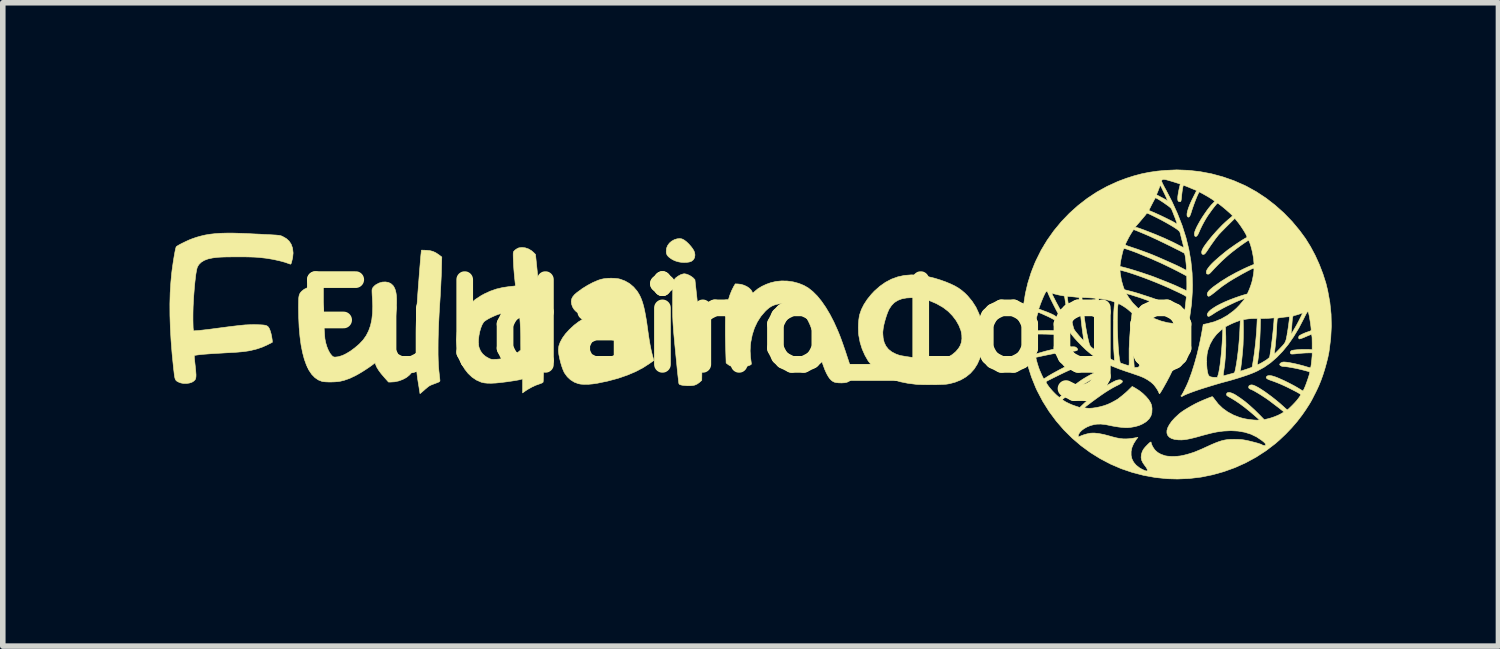
<source format=kicad_pcb>
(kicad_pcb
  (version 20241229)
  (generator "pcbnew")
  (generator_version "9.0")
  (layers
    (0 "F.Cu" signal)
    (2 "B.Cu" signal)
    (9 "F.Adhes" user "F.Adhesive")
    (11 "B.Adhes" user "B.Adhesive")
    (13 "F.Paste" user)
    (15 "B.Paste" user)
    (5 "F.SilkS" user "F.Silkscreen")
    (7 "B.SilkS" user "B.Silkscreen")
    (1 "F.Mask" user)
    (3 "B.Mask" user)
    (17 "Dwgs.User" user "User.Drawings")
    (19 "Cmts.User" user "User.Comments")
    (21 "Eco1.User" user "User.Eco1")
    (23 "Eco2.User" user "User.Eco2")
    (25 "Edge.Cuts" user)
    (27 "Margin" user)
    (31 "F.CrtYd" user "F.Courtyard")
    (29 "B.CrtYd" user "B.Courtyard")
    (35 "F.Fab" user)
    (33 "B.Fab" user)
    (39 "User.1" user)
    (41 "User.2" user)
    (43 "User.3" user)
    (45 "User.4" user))
  (footprint "Fuldaino_Logo"
    (layer "F.Cu")
    (at 10.387 2.813)
    (property "Reference" "Fuldaino_Logo" (at 0 0 0) (layer "F.SilkS") (effects (font (size 1.524 1.524) (thickness 0.3))))
    (attr through_hole)
    (fp_poly (pts (xy -1.174 -1.567) (xy -1.136 -1.548) (xy -1.094 -1.517) (xy -1.05 -1.475) (xy -1.012 -1.432) (xy -0.979 -1.388) (xy -0.957 -1.351) (xy -0.945 -1.317) (xy -0.94 -1.282) (xy -0.94 -1.273) (xy -0.947 -1.228) (xy -0.969 -1.191) (xy -1.005 -1.163) (xy -1.011 -1.161) (xy -1.043 -1.151) (xy -1.086 -1.145) (xy -1.136 -1.143) (xy -1.186 -1.146) (xy -1.231 -1.153) (xy -1.24 -1.156) (xy -1.283 -1.168) (xy -1.315 -1.181) (xy -1.346 -1.196) (xy -1.378 -1.217) (xy -1.417 -1.247) (xy -1.441 -1.277) (xy -1.454 -1.311) (xy -1.456 -1.341) (xy -1.451 -1.397) (xy -1.432 -1.445) (xy -1.4 -1.49) (xy -1.36 -1.525) (xy -1.312 -1.552) (xy -1.262 -1.568) (xy -1.213 -1.573) (xy -1.174 -1.567)) (stroke (width 0.01) (type solid)) (fill yes) (layer "F.SilkS"))
    (fp_poly (pts (xy -1.095 -0.934) (xy -1.055 -0.919) (xy -1.014 -0.897) (xy -0.978 -0.872) (xy -0.967 -0.861) (xy -0.94 -0.833) (xy -0.906 -0.524) (xy -0.888 -0.354) (xy -0.872 -0.198) (xy -0.858 -0.057) (xy -0.846 0.072) (xy -0.836 0.19) (xy -0.829 0.297) (xy -0.822 0.396) (xy -0.818 0.488) (xy -0.815 0.575) (xy -0.814 0.657) (xy -0.814 0.736) (xy -0.814 0.775) (xy -0.817 0.976) (xy -0.858 1.013) (xy -0.9 1.043) (xy -0.942 1.062) (xy -0.982 1.07) (xy -1.033 1.074) (xy -1.089 1.073) (xy -1.144 1.068) (xy -1.172 1.064) (xy -1.201 1.057) (xy -1.218 1.05) (xy -1.226 1.039) (xy -1.229 1.033) (xy -1.231 1.02) (xy -1.235 0.992) (xy -1.239 0.951) (xy -1.245 0.9) (xy -1.252 0.838) (xy -1.259 0.77) (xy -1.266 0.696) (xy -1.269 0.665) (xy -1.282 0.536) (xy -1.293 0.423) (xy -1.303 0.324) (xy -1.311 0.236) (xy -1.318 0.16) (xy -1.324 0.093) (xy -1.328 0.033) (xy -1.332 -0.02) (xy -1.335 -0.07) (xy -1.337 -0.116) (xy -1.339 -0.16) (xy -1.34 -0.205) (xy -1.341 -0.251) (xy -1.341 -0.3) (xy -1.341 -0.355) (xy -1.341 -0.398) (xy -1.341 -0.495) (xy -1.34 -0.577) (xy -1.339 -0.645) (xy -1.336 -0.701) (xy -1.332 -0.746) (xy -1.327 -0.782) (xy -1.32 -0.81) (xy -1.311 -0.832) (xy -1.3 -0.849) (xy -1.287 -0.864) (xy -1.281 -0.869) (xy -1.239 -0.9) (xy -1.194 -0.924) (xy -1.152 -0.937) (xy -1.13 -0.94) (xy -1.095 -0.934)) (stroke (width 0.01) (type solid)) (fill yes) (layer "F.SilkS"))
    (fp_poly (pts (xy -5.771 -1.362) (xy -5.707 -1.356) (xy -5.653 -1.342) (xy -5.602 -1.319) (xy -5.549 -1.284) (xy -5.538 -1.276) (xy -5.492 -1.241) (xy -5.498 -1.02) (xy -5.499 -0.965) (xy -5.502 -0.895) (xy -5.506 -0.815) (xy -5.51 -0.727) (xy -5.515 -0.634) (xy -5.52 -0.539) (xy -5.526 -0.444) (xy -5.53 -0.385) (xy -5.54 -0.216) (xy -5.548 -0.053) (xy -5.554 0.103) (xy -5.558 0.25) (xy -5.559 0.387) (xy -5.559 0.513) (xy -5.556 0.627) (xy -5.551 0.727) (xy -5.544 0.811) (xy -5.542 0.826) (xy -5.537 0.873) (xy -5.532 0.916) (xy -5.528 0.951) (xy -5.526 0.974) (xy -5.525 0.981) (xy -5.527 0.99) (xy -5.533 0.999) (xy -5.548 1.008) (xy -5.573 1.018) (xy -5.609 1.032) (xy -5.654 1.049) (xy -5.687 1.062) (xy -5.713 1.075) (xy -5.736 1.091) (xy -5.761 1.111) (xy -5.793 1.138) (xy -5.809 1.153) (xy -5.838 1.178) (xy -5.862 1.199) (xy -5.878 1.212) (xy -5.884 1.216) (xy -5.884 1.216) (xy -5.886 1.206) (xy -5.889 1.183) (xy -5.895 1.149) (xy -5.901 1.107) (xy -5.905 1.083) (xy -5.917 1.011) (xy -5.927 0.946) (xy -5.935 0.886) (xy -5.941 0.828) (xy -5.946 0.77) (xy -5.95 0.709) (xy -5.953 0.643) (xy -5.955 0.569) (xy -5.956 0.485) (xy -5.956 0.389) (xy -5.956 0.301) (xy -5.956 0.203) (xy -5.956 0.117) (xy -5.955 0.04) (xy -5.953 -0.033) (xy -5.951 -0.103) (xy -5.949 -0.173) (xy -5.945 -0.247) (xy -5.94 -0.326) (xy -5.935 -0.415) (xy -5.928 -0.515) (xy -5.922 -0.601) (xy -5.917 -0.665) (xy -5.912 -0.735) (xy -5.906 -0.81) (xy -5.9 -0.888) (xy -5.894 -0.965) (xy -5.888 -1.041) (xy -5.882 -1.112) (xy -5.877 -1.177) (xy -5.872 -1.233) (xy -5.868 -1.279) (xy -5.864 -1.312) (xy -5.863 -1.328) (xy -5.858 -1.365) (xy -5.771 -1.362)) (stroke (width 0.01) (type solid)) (fill yes) (layer "F.SilkS"))
    (fp_poly (pts (xy 0.722 -0.809) (xy 0.827 -0.794) (xy 0.928 -0.767) (xy 1.021 -0.729) (xy 1.099 -0.684) (xy 1.18 -0.62) (xy 1.259 -0.541) (xy 1.337 -0.445) (xy 1.413 -0.335) (xy 1.487 -0.211) (xy 1.558 -0.074) (xy 1.626 0.077) (xy 1.659 0.157) (xy 1.676 0.201) (xy 1.696 0.255) (xy 1.718 0.316) (xy 1.741 0.383) (xy 1.765 0.452) (xy 1.788 0.523) (xy 1.811 0.592) (xy 1.833 0.658) (xy 1.852 0.72) (xy 1.869 0.774) (xy 1.882 0.819) (xy 1.892 0.853) (xy 1.896 0.874) (xy 1.897 0.877) (xy 1.889 0.924) (xy 1.866 0.964) (xy 1.831 0.995) (xy 1.792 1.012) (xy 1.751 1.02) (xy 1.701 1.023) (xy 1.648 1.022) (xy 1.6 1.017) (xy 1.573 1.011) (xy 1.542 0.997) (xy 1.512 0.975) (xy 1.483 0.944) (xy 1.455 0.903) (xy 1.426 0.851) (xy 1.397 0.787) (xy 1.368 0.709) (xy 1.336 0.618) (xy 1.303 0.512) (xy 1.275 0.418) (xy 1.241 0.302) (xy 1.21 0.201) (xy 1.181 0.113) (xy 1.154 0.038) (xy 1.128 -0.027) (xy 1.102 -0.083) (xy 1.076 -0.132) (xy 1.049 -0.174) (xy 1.02 -0.212) (xy 0.989 -0.246) (xy 0.972 -0.263) (xy 0.909 -0.314) (xy 0.838 -0.355) (xy 0.76 -0.383) (xy 0.681 -0.399) (xy 0.603 -0.402) (xy 0.553 -0.395) (xy 0.495 -0.38) (xy 0.444 -0.359) (xy 0.397 -0.33) (xy 0.35 -0.29) (xy 0.322 -0.263) (xy 0.246 -0.174) (xy 0.182 -0.074) (xy 0.13 0.036) (xy 0.091 0.157) (xy 0.065 0.288) (xy 0.058 0.344) (xy 0.053 0.448) (xy 0.06 0.563) (xy 0.073 0.661) (xy 0.075 0.679) (xy 0.072 0.69) (xy 0.059 0.699) (xy 0.035 0.71) (xy -0.045 0.738) (xy -0.123 0.751) (xy -0.196 0.75) (xy -0.264 0.735) (xy -0.324 0.706) (xy -0.341 0.694) (xy -0.379 0.665) (xy -0.386 0.449) (xy -0.389 0.353) (xy -0.391 0.258) (xy -0.393 0.163) (xy -0.393 0.073) (xy -0.393 -0.012) (xy -0.392 -0.09) (xy -0.391 -0.158) (xy -0.388 -0.214) (xy -0.385 -0.257) (xy -0.383 -0.279) (xy -0.364 -0.375) (xy -0.339 -0.469) (xy -0.311 -0.558) (xy -0.279 -0.638) (xy -0.245 -0.706) (xy -0.24 -0.715) (xy -0.214 -0.758) (xy -0.164 -0.756) (xy -0.112 -0.75) (xy -0.059 -0.734) (xy -0.008 -0.711) (xy 0.035 -0.682) (xy 0.068 -0.65) (xy 0.08 -0.631) (xy 0.091 -0.61) (xy 0.098 -0.596) (xy 0.1 -0.593) (xy 0.106 -0.597) (xy 0.121 -0.609) (xy 0.138 -0.625) (xy 0.194 -0.671) (xy 0.263 -0.713) (xy 0.342 -0.75) (xy 0.426 -0.78) (xy 0.512 -0.8) (xy 0.514 -0.801) (xy 0.617 -0.811) (xy 0.722 -0.809)) (stroke (width 0.01) (type solid)) (fill yes) (layer "F.SilkS"))
    (fp_poly (pts (xy 3.082 -0.916) (xy 3.221 -0.896) (xy 3.366 -0.861) (xy 3.476 -0.827) (xy 3.576 -0.791) (xy 3.662 -0.755) (xy 3.737 -0.719) (xy 3.803 -0.68) (xy 3.862 -0.637) (xy 3.918 -0.589) (xy 3.963 -0.544) (xy 4.044 -0.447) (xy 4.113 -0.34) (xy 4.167 -0.223) (xy 4.208 -0.098) (xy 4.23 0.008) (xy 4.237 0.067) (xy 4.24 0.137) (xy 4.241 0.212) (xy 4.238 0.288) (xy 4.233 0.36) (xy 4.226 0.425) (xy 4.218 0.466) (xy 4.184 0.581) (xy 4.139 0.683) (xy 4.083 0.772) (xy 4.015 0.849) (xy 3.935 0.914) (xy 3.843 0.968) (xy 3.739 1.01) (xy 3.645 1.035) (xy 3.618 1.04) (xy 3.589 1.045) (xy 3.557 1.048) (xy 3.518 1.05) (xy 3.47 1.052) (xy 3.409 1.054) (xy 3.349 1.054) (xy 3.284 1.055) (xy 3.219 1.055) (xy 3.159 1.054) (xy 3.106 1.052) (xy 3.064 1.051) (xy 3.044 1.049) (xy 2.891 1.03) (xy 2.752 1.002) (xy 2.627 0.965) (xy 2.515 0.919) (xy 2.416 0.863) (xy 2.403 0.855) (xy 2.36 0.822) (xy 2.312 0.779) (xy 2.263 0.731) (xy 2.219 0.682) (xy 2.183 0.637) (xy 2.176 0.628) (xy 2.117 0.525) (xy 2.067 0.412) (xy 2.03 0.293) (xy 2.007 0.172) (xy 2.006 0.165) (xy 2.003 0.127) (xy 2.438 0.127) (xy 2.445 0.216) (xy 2.463 0.294) (xy 2.495 0.361) (xy 2.54 0.418) (xy 2.599 0.465) (xy 2.672 0.503) (xy 2.731 0.524) (xy 2.756 0.531) (xy 2.796 0.538) (xy 2.849 0.547) (xy 2.913 0.557) (xy 2.986 0.567) (xy 3.067 0.578) (xy 3.153 0.589) (xy 3.242 0.6) (xy 3.281 0.604) (xy 3.319 0.606) (xy 3.366 0.606) (xy 3.416 0.604) (xy 3.466 0.6) (xy 3.508 0.595) (xy 3.539 0.588) (xy 3.615 0.558) (xy 3.686 0.515) (xy 3.749 0.463) (xy 3.8 0.403) (xy 3.832 0.35) (xy 3.851 0.295) (xy 3.861 0.23) (xy 3.859 0.162) (xy 3.847 0.095) (xy 3.844 0.083) (xy 3.807 -0.011) (xy 3.756 -0.101) (xy 3.691 -0.186) (xy 3.617 -0.262) (xy 3.533 -0.327) (xy 3.522 -0.335) (xy 3.403 -0.403) (xy 3.281 -0.455) (xy 3.158 -0.489) (xy 3.033 -0.508) (xy 2.963 -0.51) (xy 2.866 -0.505) (xy 2.781 -0.489) (xy 2.708 -0.461) (xy 2.645 -0.421) (xy 2.594 -0.368) (xy 2.552 -0.304) (xy 2.55 -0.3) (xy 2.524 -0.241) (xy 2.5 -0.173) (xy 2.478 -0.1) (xy 2.459 -0.027) (xy 2.446 0.042) (xy 2.439 0.103) (xy 2.438 0.127) (xy 2.003 0.127) (xy 2.001 0.1) (xy 1.999 0.028) (xy 2.001 -0.045) (xy 2.007 -0.115) (xy 2.016 -0.176) (xy 2.023 -0.207) (xy 2.054 -0.297) (xy 2.1 -0.388) (xy 2.16 -0.48) (xy 2.232 -0.569) (xy 2.286 -0.627) (xy 2.384 -0.714) (xy 2.486 -0.786) (xy 2.594 -0.843) (xy 2.707 -0.884) (xy 2.826 -0.91) (xy 2.951 -0.92) (xy 3.082 -0.916)) (stroke (width 0.01) (type solid)) (fill yes) (layer "F.SilkS"))
    (fp_poly (pts (xy -6.455 -0.785) (xy -6.409 -0.764) (xy -6.371 -0.73) (xy -6.357 -0.711) (xy -6.339 -0.677) (xy -6.325 -0.639) (xy -6.315 -0.594) (xy -6.308 -0.542) (xy -6.305 -0.481) (xy -6.305 -0.409) (xy -6.309 -0.327) (xy -6.316 -0.231) (xy -6.326 -0.121) (xy -6.336 -0.034) (xy -6.345 0.043) (xy -6.351 0.106) (xy -6.356 0.156) (xy -6.359 0.197) (xy -6.361 0.23) (xy -6.362 0.259) (xy -6.361 0.285) (xy -6.359 0.31) (xy -6.359 0.318) (xy -6.352 0.377) (xy -6.345 0.425) (xy -6.335 0.464) (xy -6.321 0.499) (xy -6.3 0.532) (xy -6.271 0.569) (xy -6.233 0.611) (xy -6.206 0.639) (xy -6.153 0.695) (xy -6.109 0.743) (xy -6.075 0.782) (xy -6.051 0.811) (xy -6.039 0.83) (xy -6.037 0.836) (xy -6.042 0.846) (xy -6.057 0.863) (xy -6.077 0.884) (xy -6.129 0.926) (xy -6.193 0.96) (xy -6.265 0.987) (xy -6.34 1.003) (xy -6.402 1.007) (xy -6.45 1.008) (xy -6.524 0.925) (xy -6.583 0.856) (xy -6.628 0.795) (xy -6.661 0.741) (xy -6.678 0.702) (xy -6.692 0.662) (xy -6.739 0.698) (xy -6.79 0.735) (xy -6.851 0.776) (xy -6.916 0.818) (xy -6.981 0.857) (xy -7.037 0.888) (xy -7.147 0.941) (xy -7.253 0.978) (xy -7.323 0.994) (xy -7.366 1) (xy -7.418 1.004) (xy -7.474 1.006) (xy -7.53 1.006) (xy -7.581 1.004) (xy -7.623 1) (xy -7.646 0.996) (xy -7.714 0.969) (xy -7.776 0.926) (xy -7.832 0.868) (xy -7.882 0.793) (xy -7.926 0.703) (xy -7.964 0.598) (xy -7.996 0.477) (xy -8.023 0.34) (xy -8.043 0.188) (xy -8.058 0.021) (xy -8.066 -0.162) (xy -8.069 -0.338) (xy -8.068 -0.407) (xy -8.067 -0.462) (xy -8.065 -0.505) (xy -8.06 -0.538) (xy -8.053 -0.565) (xy -8.043 -0.586) (xy -8.03 -0.605) (xy -8.013 -0.624) (xy -8.01 -0.627) (xy -7.967 -0.661) (xy -7.911 -0.688) (xy -7.846 -0.707) (xy -7.775 -0.718) (xy -7.733 -0.72) (xy -7.698 -0.72) (xy -7.68 -0.667) (xy -7.668 -0.625) (xy -7.657 -0.581) (xy -7.647 -0.535) (xy -7.639 -0.482) (xy -7.633 -0.423) (xy -7.627 -0.355) (xy -7.621 -0.275) (xy -7.616 -0.183) (xy -7.612 -0.076) (xy -7.611 -0.063) (xy -7.609 0.001) (xy -7.606 0.064) (xy -7.602 0.12) (xy -7.599 0.169) (xy -7.596 0.206) (xy -7.594 0.229) (xy -7.579 0.304) (xy -7.557 0.376) (xy -7.53 0.441) (xy -7.499 0.495) (xy -7.473 0.528) (xy -7.452 0.548) (xy -7.432 0.557) (xy -7.411 0.559) (xy -7.351 0.552) (xy -7.283 0.531) (xy -7.211 0.497) (xy -7.135 0.451) (xy -7.057 0.393) (xy -6.978 0.326) (xy -6.973 0.321) (xy -6.907 0.251) (xy -6.852 0.173) (xy -6.808 0.087) (xy -6.774 -0.008) (xy -6.751 -0.113) (xy -6.738 -0.23) (xy -6.734 -0.358) (xy -6.74 -0.494) (xy -6.744 -0.551) (xy -6.746 -0.592) (xy -6.747 -0.623) (xy -6.747 -0.644) (xy -6.745 -0.66) (xy -6.741 -0.671) (xy -6.736 -0.683) (xy -6.735 -0.685) (xy -6.718 -0.707) (xy -6.693 -0.731) (xy -6.677 -0.743) (xy -6.621 -0.773) (xy -6.564 -0.79) (xy -6.507 -0.793) (xy -6.455 -0.785)) (stroke (width 0.01) (type solid)) (fill yes) (layer "F.SilkS"))
    (fp_poly (pts (xy -2.376 -0.857) (xy -2.316 -0.85) (xy -2.286 -0.843) (xy -2.197 -0.81) (xy -2.115 -0.763) (xy -2.042 -0.701) (xy -1.98 -0.628) (xy -1.967 -0.608) (xy -1.941 -0.565) (xy -1.918 -0.519) (xy -1.897 -0.468) (xy -1.878 -0.411) (xy -1.86 -0.346) (xy -1.843 -0.271) (xy -1.827 -0.185) (xy -1.81 -0.087) (xy -1.794 0.026) (xy -1.783 0.107) (xy -1.765 0.229) (xy -1.746 0.34) (xy -1.726 0.44) (xy -1.705 0.525) (xy -1.698 0.549) (xy -1.678 0.619) (xy -1.745 0.666) (xy -1.869 0.747) (xy -2.007 0.82) (xy -2.159 0.884) (xy -2.325 0.941) (xy -2.505 0.989) (xy -2.695 1.029) (xy -2.777 1.041) (xy -2.857 1.048) (xy -2.93 1.049) (xy -2.993 1.045) (xy -3.039 1.036) (xy -3.11 1.009) (xy -3.177 0.967) (xy -3.235 0.913) (xy -3.281 0.85) (xy -3.291 0.834) (xy -3.313 0.784) (xy -3.335 0.723) (xy -3.355 0.656) (xy -3.372 0.587) (xy -3.385 0.522) (xy -2.983 0.522) (xy -2.976 0.562) (xy -2.961 0.588) (xy -2.939 0.608) (xy -2.911 0.622) (xy -2.874 0.63) (xy -2.828 0.633) (xy -2.77 0.631) (xy -2.699 0.624) (xy -2.627 0.613) (xy -2.523 0.597) (xy -2.434 0.581) (xy -2.361 0.566) (xy -2.301 0.552) (xy -2.254 0.538) (xy -2.218 0.525) (xy -2.193 0.511) (xy -2.178 0.497) (xy -2.173 0.488) (xy -2.171 0.473) (xy -2.171 0.448) (xy -2.174 0.411) (xy -2.176 0.392) (xy -2.186 0.325) (xy -2.199 0.273) (xy -2.215 0.237) (xy -2.236 0.214) (xy -2.247 0.207) (xy -2.298 0.191) (xy -2.36 0.179) (xy -2.427 0.171) (xy -2.496 0.167) (xy -2.561 0.168) (xy -2.618 0.175) (xy -2.646 0.181) (xy -2.715 0.208) (xy -2.782 0.245) (xy -2.844 0.29) (xy -2.898 0.34) (xy -2.94 0.393) (xy -2.958 0.425) (xy -2.976 0.475) (xy -2.983 0.522) (xy -3.385 0.522) (xy -3.386 0.52) (xy -3.393 0.461) (xy -3.395 0.426) (xy -3.387 0.359) (xy -3.362 0.289) (xy -3.322 0.216) (xy -3.268 0.141) (xy -3.198 0.064) (xy -3.115 -0.013) (xy -3.105 -0.021) (xy -3.033 -0.076) (xy -2.96 -0.122) (xy -2.884 -0.158) (xy -2.804 -0.184) (xy -2.717 -0.201) (xy -2.623 -0.209) (xy -2.519 -0.208) (xy -2.404 -0.199) (xy -2.276 -0.182) (xy -2.253 -0.179) (xy -2.208 -0.172) (xy -2.213 -0.209) (xy -2.228 -0.263) (xy -2.259 -0.316) (xy -2.302 -0.364) (xy -2.356 -0.406) (xy -2.394 -0.428) (xy -2.432 -0.444) (xy -2.468 -0.451) (xy -2.493 -0.452) (xy -2.52 -0.45) (xy -2.547 -0.445) (xy -2.577 -0.435) (xy -2.611 -0.42) (xy -2.652 -0.398) (xy -2.702 -0.369) (xy -2.762 -0.332) (xy -2.804 -0.304) (xy -2.854 -0.272) (xy -2.892 -0.249) (xy -2.92 -0.232) (xy -2.941 -0.221) (xy -2.956 -0.216) (xy -2.969 -0.213) (xy -2.98 -0.214) (xy -2.982 -0.214) (xy -3.029 -0.229) (xy -3.073 -0.257) (xy -3.111 -0.296) (xy -3.141 -0.344) (xy -3.158 -0.394) (xy -3.164 -0.442) (xy -3.157 -0.486) (xy -3.137 -0.526) (xy -3.103 -0.567) (xy -3.062 -0.602) (xy -2.967 -0.672) (xy -2.87 -0.732) (xy -2.774 -0.783) (xy -2.683 -0.822) (xy -2.629 -0.84) (xy -2.575 -0.851) (xy -2.511 -0.858) (xy -2.443 -0.86) (xy -2.376 -0.857)) (stroke (width 0.01) (type solid)) (fill yes) (layer "F.SilkS"))
    (fp_poly (pts (xy -3.99 -1.406) (xy -3.932 -1.386) (xy -3.878 -1.354) (xy -3.843 -1.324) (xy -3.807 -1.288) (xy -3.762 -0.853) (xy -3.746 -0.691) (xy -3.731 -0.543) (xy -3.718 -0.41) (xy -3.706 -0.29) (xy -3.696 -0.181) (xy -3.687 -0.082) (xy -3.68 0.008) (xy -3.674 0.091) (xy -3.669 0.168) (xy -3.665 0.239) (xy -3.662 0.308) (xy -3.66 0.374) (xy -3.659 0.44) (xy -3.658 0.506) (xy -3.659 0.575) (xy -3.659 0.646) (xy -3.66 0.69) (xy -3.661 0.761) (xy -3.662 0.826) (xy -3.664 0.885) (xy -3.666 0.935) (xy -3.667 0.973) (xy -3.669 0.999) (xy -3.67 1.009) (xy -3.681 1.019) (xy -3.706 1.031) (xy -3.737 1.042) (xy -3.802 1.065) (xy -3.871 1.097) (xy -3.939 1.135) (xy -3.986 1.165) (xy -4.039 1.203) (xy -4.039 0.95) (xy -4.079 0.962) (xy -4.099 0.967) (xy -4.132 0.973) (xy -4.177 0.981) (xy -4.229 0.989) (xy -4.285 0.997) (xy -4.309 1.001) (xy -4.422 1.015) (xy -4.519 1.025) (xy -4.603 1.029) (xy -4.673 1.028) (xy -4.732 1.022) (xy -4.779 1.011) (xy -4.785 1.009) (xy -4.871 0.971) (xy -4.949 0.918) (xy -5.019 0.852) (xy -5.08 0.774) (xy -5.131 0.685) (xy -5.171 0.587) (xy -5.201 0.479) (xy -5.218 0.364) (xy -5.221 0.312) (xy -4.833 0.312) (xy -4.826 0.37) (xy -4.822 0.385) (xy -4.796 0.448) (xy -4.757 0.502) (xy -4.705 0.547) (xy -4.647 0.58) (xy -4.626 0.59) (xy -4.607 0.596) (xy -4.587 0.599) (xy -4.56 0.6) (xy -4.523 0.598) (xy -4.508 0.598) (xy -4.461 0.594) (xy -4.411 0.588) (xy -4.367 0.58) (xy -4.348 0.576) (xy -4.292 0.559) (xy -4.233 0.535) (xy -4.178 0.507) (xy -4.131 0.479) (xy -4.108 0.461) (xy -4.072 0.43) (xy -4.073 0.281) (xy -4.073 0.196) (xy -4.075 0.113) (xy -4.078 0.034) (xy -4.082 -0.038) (xy -4.086 -0.102) (xy -4.092 -0.156) (xy -4.097 -0.199) (xy -4.103 -0.229) (xy -4.109 -0.243) (xy -4.119 -0.246) (xy -4.142 -0.248) (xy -4.174 -0.251) (xy -4.189 -0.252) (xy -4.261 -0.251) (xy -4.341 -0.242) (xy -4.42 -0.226) (xy -4.473 -0.211) (xy -4.516 -0.195) (xy -4.562 -0.175) (xy -4.61 -0.153) (xy -4.654 -0.13) (xy -4.692 -0.107) (xy -4.721 -0.087) (xy -4.737 -0.073) (xy -4.766 -0.026) (xy -4.79 0.034) (xy -4.81 0.102) (xy -4.824 0.174) (xy -4.832 0.245) (xy -4.833 0.312) (xy -5.221 0.312) (xy -5.224 0.252) (xy -5.217 0.119) (xy -5.197 -0.004) (xy -5.163 -0.118) (xy -5.115 -0.222) (xy -5.053 -0.317) (xy -4.977 -0.403) (xy -4.887 -0.48) (xy -4.782 -0.548) (xy -4.727 -0.578) (xy -4.618 -0.628) (xy -4.509 -0.666) (xy -4.397 -0.692) (xy -4.275 -0.71) (xy -4.264 -0.711) (xy -4.226 -0.715) (xy -4.195 -0.718) (xy -4.175 -0.721) (xy -4.169 -0.722) (xy -4.169 -0.731) (xy -4.17 -0.754) (xy -4.174 -0.786) (xy -4.178 -0.825) (xy -4.178 -0.826) (xy -4.184 -0.882) (xy -4.19 -0.947) (xy -4.196 -1.019) (xy -4.201 -1.091) (xy -4.204 -1.16) (xy -4.207 -1.221) (xy -4.208 -1.27) (xy -4.208 -1.271) (xy -4.208 -1.304) (xy -4.205 -1.325) (xy -4.2 -1.34) (xy -4.188 -1.353) (xy -4.175 -1.366) (xy -4.147 -1.386) (xy -4.117 -1.402) (xy -4.105 -1.406) (xy -4.049 -1.413) (xy -3.99 -1.406)) (stroke (width 0.01) (type solid)) (fill yes) (layer "F.SilkS"))
    (fp_poly (pts (xy -9.242 -1.671) (xy -9.109 -1.667) (xy -8.979 -1.662) (xy -8.867 -1.656) (xy -8.77 -1.652) (xy -8.687 -1.647) (xy -8.618 -1.644) (xy -8.561 -1.641) (xy -8.514 -1.638) (xy -8.476 -1.636) (xy -8.446 -1.633) (xy -8.423 -1.631) (xy -8.406 -1.628) (xy -8.392 -1.625) (xy -8.382 -1.622) (xy -8.373 -1.619) (xy -8.364 -1.615) (xy -8.354 -1.61) (xy -8.35 -1.608) (xy -8.287 -1.572) (xy -8.238 -1.527) (xy -8.202 -1.473) (xy -8.178 -1.407) (xy -8.174 -1.387) (xy -8.166 -1.313) (xy -8.174 -1.231) (xy -8.193 -1.151) (xy -8.201 -1.125) (xy -8.209 -1.114) (xy -8.218 -1.113) (xy -8.22 -1.114) (xy -8.31 -1.146) (xy -8.414 -1.174) (xy -8.528 -1.199) (xy -8.649 -1.219) (xy -8.774 -1.233) (xy -8.809 -1.236) (xy -8.856 -1.239) (xy -8.916 -1.241) (xy -8.987 -1.243) (xy -9.065 -1.244) (xy -9.147 -1.244) (xy -9.229 -1.244) (xy -9.309 -1.243) (xy -9.383 -1.242) (xy -9.448 -1.24) (xy -9.5 -1.237) (xy -9.512 -1.237) (xy -9.611 -1.225) (xy -9.695 -1.207) (xy -9.764 -1.181) (xy -9.819 -1.147) (xy -9.861 -1.105) (xy -9.888 -1.059) (xy -9.896 -1.031) (xy -9.905 -0.988) (xy -9.915 -0.931) (xy -9.923 -0.865) (xy -9.932 -0.789) (xy -9.94 -0.706) (xy -9.947 -0.619) (xy -9.954 -0.529) (xy -9.959 -0.439) (xy -9.964 -0.349) (xy -9.966 -0.264) (xy -9.967 -0.183) (xy -9.967 -0.169) (xy -9.967 -0.111) (xy -9.966 -0.057) (xy -9.965 -0.01) (xy -9.964 0.027) (xy -9.962 0.052) (xy -9.961 0.059) (xy -9.955 0.087) (xy -9.873 0.081) (xy -9.846 0.079) (xy -9.804 0.074) (xy -9.75 0.068) (xy -9.688 0.061) (xy -9.619 0.052) (xy -9.545 0.042) (xy -9.483 0.034) (xy -9.377 0.02) (xy -9.285 0.008) (xy -9.207 -0.001) (xy -9.139 -0.009) (xy -9.08 -0.015) (xy -9.028 -0.02) (xy -8.981 -0.022) (xy -8.936 -0.024) (xy -8.893 -0.025) (xy -8.848 -0.025) (xy -8.818 -0.024) (xy -8.755 -0.022) (xy -8.706 -0.019) (xy -8.67 -0.014) (xy -8.643 -0.006) (xy -8.623 0.006) (xy -8.608 0.022) (xy -8.595 0.044) (xy -8.59 0.054) (xy -8.576 0.091) (xy -8.562 0.139) (xy -8.551 0.192) (xy -8.543 0.243) (xy -8.541 0.258) (xy -8.539 0.292) (xy -8.623 0.335) (xy -8.718 0.378) (xy -8.814 0.411) (xy -8.918 0.437) (xy -8.928 0.439) (xy -8.967 0.447) (xy -9.008 0.453) (xy -9.051 0.459) (xy -9.1 0.464) (xy -9.156 0.469) (xy -9.221 0.474) (xy -9.298 0.478) (xy -9.388 0.483) (xy -9.453 0.487) (xy -9.544 0.492) (xy -9.63 0.497) (xy -9.708 0.503) (xy -9.777 0.508) (xy -9.836 0.514) (xy -9.884 0.52) (xy -9.918 0.525) (xy -9.937 0.529) (xy -9.941 0.531) (xy -9.942 0.542) (xy -9.942 0.565) (xy -9.939 0.599) (xy -9.935 0.639) (xy -9.935 0.639) (xy -9.926 0.719) (xy -9.919 0.784) (xy -9.915 0.836) (xy -9.912 0.877) (xy -9.913 0.908) (xy -9.916 0.932) (xy -9.921 0.951) (xy -9.929 0.966) (xy -9.941 0.979) (xy -9.95 0.988) (xy -9.984 1.01) (xy -10.029 1.025) (xy -10.08 1.033) (xy -10.134 1.033) (xy -10.184 1.024) (xy -10.215 1.013) (xy -10.238 1.002) (xy -10.257 0.991) (xy -10.271 0.979) (xy -10.281 0.963) (xy -10.29 0.941) (xy -10.297 0.91) (xy -10.303 0.87) (xy -10.309 0.816) (xy -10.316 0.758) (xy -10.342 0.5) (xy -10.361 0.257) (xy -10.374 0.027) (xy -10.381 -0.191) (xy -10.382 -0.397) (xy -10.377 -0.594) (xy -10.365 -0.781) (xy -10.35 -0.944) (xy -10.343 -1.003) (xy -10.334 -1.066) (xy -10.325 -1.131) (xy -10.315 -1.195) (xy -10.305 -1.256) (xy -10.295 -1.312) (xy -10.286 -1.359) (xy -10.278 -1.395) (xy -10.271 -1.418) (xy -10.269 -1.424) (xy -10.258 -1.434) (xy -10.234 -1.449) (xy -10.201 -1.468) (xy -10.16 -1.489) (xy -10.115 -1.511) (xy -10.068 -1.533) (xy -10.023 -1.553) (xy -9.982 -1.569) (xy -9.904 -1.596) (xy -9.825 -1.618) (xy -9.744 -1.637) (xy -9.659 -1.651) (xy -9.568 -1.661) (xy -9.469 -1.668) (xy -9.361 -1.671) (xy -9.242 -1.671)) (stroke (width 0.01) (type solid)) (fill yes) (layer "F.SilkS"))
    (fp_poly (pts (xy 7.933 -2.8) (xy 8.141 -2.777) (xy 8.348 -2.738) (xy 8.552 -2.683) (xy 8.751 -2.614) (xy 8.943 -2.53) (xy 8.978 -2.513) (xy 9.157 -2.414) (xy 9.33 -2.3) (xy 9.495 -2.172) (xy 9.652 -2.032) (xy 9.799 -1.88) (xy 9.934 -1.718) (xy 10.039 -1.575) (xy 10.129 -1.43) (xy 10.213 -1.273) (xy 10.288 -1.108) (xy 10.353 -0.939) (xy 10.407 -0.77) (xy 10.439 -0.639) (xy 10.478 -0.425) (xy 10.5 -0.212) (xy 10.505 0.001) (xy 10.494 0.216) (xy 10.467 0.433) (xy 10.461 0.474) (xy 10.442 0.567) (xy 10.416 0.67) (xy 10.386 0.777) (xy 10.352 0.884) (xy 10.316 0.984) (xy 10.279 1.074) (xy 10.279 1.075) (xy 10.262 1.111) (xy 10.242 1.154) (xy 10.218 1.203) (xy 10.192 1.253) (xy 10.168 1.301) (xy 10.145 1.344) (xy 10.125 1.379) (xy 10.111 1.402) (xy 10.109 1.405) (xy 10.098 1.423) (xy 10.081 1.449) (xy 10.061 1.48) (xy 10.058 1.486) (xy 9.98 1.599) (xy 9.891 1.715) (xy 9.791 1.831) (xy 9.684 1.943) (xy 9.573 2.048) (xy 9.499 2.113) (xy 9.33 2.242) (xy 9.151 2.358) (xy 8.965 2.459) (xy 8.772 2.546) (xy 8.572 2.618) (xy 8.368 2.675) (xy 8.161 2.717) (xy 7.95 2.742) (xy 7.738 2.751) (xy 7.556 2.746) (xy 7.341 2.724) (xy 7.131 2.686) (xy 6.926 2.633) (xy 6.726 2.565) (xy 6.533 2.482) (xy 6.348 2.385) (xy 6.17 2.274) (xy 6.002 2.151) (xy 5.843 2.015) (xy 5.694 1.867) (xy 5.556 1.707) (xy 5.43 1.537) (xy 5.316 1.356) (xy 5.215 1.164) (xy 5.189 1.108) (xy 5.112 0.917) (xy 5.049 0.719) (xy 5.001 0.516) (xy 4.967 0.309) (xy 4.96 0.223) (xy 5.157 0.223) (xy 5.157 0.252) (xy 5.159 0.291) (xy 5.161 0.334) (xy 5.164 0.379) (xy 5.167 0.421) (xy 5.171 0.458) (xy 5.174 0.485) (xy 5.178 0.5) (xy 5.178 0.5) (xy 5.187 0.501) (xy 5.208 0.497) (xy 5.237 0.489) (xy 5.247 0.486) (xy 5.36 0.453) (xy 5.474 0.425) (xy 5.584 0.403) (xy 5.688 0.386) (xy 5.781 0.377) (xy 5.8 0.375) (xy 5.842 0.373) (xy 5.871 0.373) (xy 5.891 0.375) (xy 5.904 0.378) (xy 5.915 0.385) (xy 5.92 0.389) (xy 5.94 0.41) (xy 5.943 0.426) (xy 5.93 0.44) (xy 5.901 0.449) (xy 5.856 0.454) (xy 5.853 0.454) (xy 5.798 0.457) (xy 5.747 0.461) (xy 5.696 0.466) (xy 5.641 0.474) (xy 5.582 0.484) (xy 5.513 0.496) (xy 5.433 0.512) (xy 5.364 0.526) (xy 5.312 0.537) (xy 5.267 0.547) (xy 5.231 0.555) (xy 5.205 0.56) (xy 5.192 0.563) (xy 5.192 0.563) (xy 5.192 0.572) (xy 5.197 0.594) (xy 5.204 0.624) (xy 5.214 0.659) (xy 5.225 0.696) (xy 5.236 0.731) (xy 5.245 0.758) (xy 5.26 0.796) (xy 5.277 0.835) (xy 5.293 0.873) (xy 5.309 0.906) (xy 5.322 0.932) (xy 5.331 0.946) (xy 5.334 0.948) (xy 5.344 0.944) (xy 5.363 0.933) (xy 5.372 0.927) (xy 5.402 0.907) (xy 5.444 0.882) (xy 5.494 0.853) (xy 5.549 0.823) (xy 5.604 0.793) (xy 5.657 0.765) (xy 5.704 0.741) (xy 5.719 0.733) (xy 5.819 0.687) (xy 5.905 0.651) (xy 5.979 0.624) (xy 6.04 0.608) (xy 6.088 0.601) (xy 6.122 0.605) (xy 6.141 0.616) (xy 6.152 0.635) (xy 6.147 0.652) (xy 6.127 0.667) (xy 6.091 0.682) (xy 6.077 0.686) (xy 6.022 0.703) (xy 5.957 0.727) (xy 5.886 0.755) (xy 5.812 0.785) (xy 5.766 0.806) (xy 5.735 0.82) (xy 5.695 0.839) (xy 5.649 0.861) (xy 5.6 0.885) (xy 5.55 0.91) (xy 5.501 0.934) (xy 5.458 0.956) (xy 5.421 0.974) (xy 5.394 0.989) (xy 5.379 0.997) (xy 5.377 0.998) (xy 5.375 1.009) (xy 5.384 1.03) (xy 5.401 1.058) (xy 5.426 1.093) (xy 5.458 1.132) (xy 5.493 1.172) (xy 5.532 1.212) (xy 5.561 1.24) (xy 5.585 1.261) (xy 5.603 1.276) (xy 5.613 1.283) (xy 5.614 1.283) (xy 5.623 1.277) (xy 5.641 1.263) (xy 5.665 1.243) (xy 5.673 1.236) (xy 5.726 1.191) (xy 5.785 1.143) (xy 5.846 1.094) (xy 5.907 1.047) (xy 5.964 1.005) (xy 6.014 0.97) (xy 6.045 0.95) (xy 6.102 0.916) (xy 6.159 0.884) (xy 6.215 0.855) (xy 6.265 0.83) (xy 6.307 0.813) (xy 6.333 0.804) (xy 6.37 0.799) (xy 6.397 0.804) (xy 6.414 0.818) (xy 6.418 0.834) (xy 6.415 0.848) (xy 6.406 0.86) (xy 6.388 0.873) (xy 6.358 0.887) (xy 6.316 0.904) (xy 6.243 0.936) (xy 6.16 0.98) (xy 6.068 1.036) (xy 5.965 1.103) (xy 5.854 1.181) (xy 5.78 1.236) (xy 5.664 1.323) (xy 5.687 1.339) (xy 5.731 1.366) (xy 5.786 1.393) (xy 5.846 1.419) (xy 5.902 1.439) (xy 5.981 1.465) (xy 6.023 1.425) (xy 6.045 1.404) (xy 6.062 1.388) (xy 6.07 1.38) (xy 6.07 1.38) (xy 6.082 1.37) (xy 6.103 1.351) (xy 6.131 1.327) (xy 6.164 1.299) (xy 6.199 1.269) (xy 6.232 1.242) (xy 6.261 1.217) (xy 6.283 1.2) (xy 6.291 1.193) (xy 6.341 1.155) (xy 6.397 1.117) (xy 6.454 1.079) (xy 6.51 1.045) (xy 6.562 1.015) (xy 6.607 0.992) (xy 6.643 0.976) (xy 6.651 0.974) (xy 6.689 0.967) (xy 6.72 0.969) (xy 6.74 0.981) (xy 6.743 0.984) (xy 6.748 0.997) (xy 6.744 1.009) (xy 6.731 1.023) (xy 6.707 1.04) (xy 6.67 1.061) (xy 6.637 1.077) (xy 6.573 1.111) (xy 6.508 1.149) (xy 6.438 1.193) (xy 6.362 1.245) (xy 6.278 1.305) (xy 6.184 1.374) (xy 6.177 1.38) (xy 6.059 1.469) (xy 6.101 1.476) (xy 6.149 1.48) (xy 6.208 1.476) (xy 6.275 1.467) (xy 6.345 1.452) (xy 6.415 1.433) (xy 6.48 1.41) (xy 6.529 1.388) (xy 6.561 1.372) (xy 6.596 1.353) (xy 6.629 1.335) (xy 6.655 1.319) (xy 6.668 1.311) (xy 6.742 1.253) (xy 6.804 1.201) (xy 6.856 1.153) (xy 6.863 1.145) (xy 6.924 1.086) (xy 6.978 1.116) (xy 7.048 1.16) (xy 7.113 1.211) (xy 7.171 1.267) (xy 7.219 1.323) (xy 7.252 1.376) (xy 7.267 1.41) (xy 7.275 1.443) (xy 7.28 1.482) (xy 7.28 1.493) (xy 7.277 1.56) (xy 7.26 1.618) (xy 7.228 1.669) (xy 7.181 1.715) (xy 7.16 1.73) (xy 7.104 1.763) (xy 7.045 1.789) (xy 6.976 1.808) (xy 6.926 1.817) (xy 6.884 1.824) (xy 6.85 1.827) (xy 6.816 1.828) (xy 6.777 1.826) (xy 6.732 1.822) (xy 6.679 1.816) (xy 6.622 1.807) (xy 6.569 1.798) (xy 6.536 1.791) (xy 6.443 1.772) (xy 6.36 1.763) (xy 6.285 1.765) (xy 6.236 1.773) (xy 6.172 1.79) (xy 6.113 1.814) (xy 6.06 1.844) (xy 6.015 1.877) (xy 5.981 1.913) (xy 5.959 1.949) (xy 5.952 1.982) (xy 5.953 1.993) (xy 5.961 1.993) (xy 5.975 1.987) (xy 6.012 1.971) (xy 6.059 1.954) (xy 6.11 1.94) (xy 6.156 1.93) (xy 6.181 1.926) (xy 6.245 1.925) (xy 6.321 1.933) (xy 6.41 1.95) (xy 6.494 1.972) (xy 6.576 1.995) (xy 6.645 2.012) (xy 6.706 2.023) (xy 6.76 2.029) (xy 6.812 2.03) (xy 6.865 2.027) (xy 6.922 2.02) (xy 6.94 2.017) (xy 7.026 2.002) (xy 6.997 2.04) (xy 6.95 2.113) (xy 6.919 2.185) (xy 6.904 2.256) (xy 6.904 2.325) (xy 6.919 2.39) (xy 6.95 2.45) (xy 6.995 2.503) (xy 7.055 2.55) (xy 7.099 2.575) (xy 7.139 2.594) (xy 7.167 2.604) (xy 7.185 2.607) (xy 7.194 2.601) (xy 7.197 2.588) (xy 7.197 2.587) (xy 7.191 2.57) (xy 7.176 2.544) (xy 7.154 2.513) (xy 7.153 2.513) (xy 7.116 2.46) (xy 7.093 2.412) (xy 7.084 2.364) (xy 7.088 2.315) (xy 7.092 2.297) (xy 7.106 2.255) (xy 7.126 2.217) (xy 7.157 2.178) (xy 7.198 2.135) (xy 7.227 2.107) (xy 7.246 2.091) (xy 7.258 2.085) (xy 7.263 2.087) (xy 7.264 2.098) (xy 7.27 2.121) (xy 7.283 2.152) (xy 7.302 2.186) (xy 7.324 2.218) (xy 7.34 2.237) (xy 7.384 2.275) (xy 7.442 2.307) (xy 7.51 2.331) (xy 7.515 2.333) (xy 7.558 2.34) (xy 7.612 2.344) (xy 7.672 2.345) (xy 7.733 2.342) (xy 7.79 2.336) (xy 7.81 2.332) (xy 7.862 2.321) (xy 7.92 2.306) (xy 7.979 2.288) (xy 8.035 2.27) (xy 8.08 2.252) (xy 8.092 2.247) (xy 8.117 2.236) (xy 8.135 2.229) (xy 8.141 2.227) (xy 8.149 2.223) (xy 8.171 2.214) (xy 8.202 2.2) (xy 8.24 2.182) (xy 8.265 2.171) (xy 8.348 2.133) (xy 8.419 2.103) (xy 8.48 2.08) (xy 8.536 2.062) (xy 8.588 2.05) (xy 8.639 2.042) (xy 8.693 2.038) (xy 8.751 2.037) (xy 8.763 2.037) (xy 8.826 2.038) (xy 8.878 2.041) (xy 8.926 2.047) (xy 8.975 2.056) (xy 8.978 2.056) (xy 9.03 2.068) (xy 9.082 2.081) (xy 9.132 2.094) (xy 9.177 2.106) (xy 9.214 2.118) (xy 9.241 2.127) (xy 9.254 2.134) (xy 9.255 2.134) (xy 9.266 2.141) (xy 9.286 2.147) (xy 9.291 2.148) (xy 9.311 2.15) (xy 9.32 2.146) (xy 9.322 2.133) (xy 9.322 2.131) (xy 9.319 2.118) (xy 9.308 2.103) (xy 9.288 2.084) (xy 9.257 2.059) (xy 9.162 1.995) (xy 9.059 1.945) (xy 8.947 1.91) (xy 8.827 1.889) (xy 8.698 1.882) (xy 8.561 1.889) (xy 8.445 1.905) (xy 8.406 1.913) (xy 8.354 1.924) (xy 8.295 1.939) (xy 8.233 1.955) (xy 8.173 1.971) (xy 8.167 1.973) (xy 8.082 1.997) (xy 8.011 2.015) (xy 7.95 2.029) (xy 7.898 2.039) (xy 7.852 2.045) (xy 7.809 2.048) (xy 7.767 2.047) (xy 7.755 2.047) (xy 7.686 2.039) (xy 7.63 2.022) (xy 7.589 1.997) (xy 7.561 1.964) (xy 7.548 1.925) (xy 7.548 1.88) (xy 7.563 1.829) (xy 7.592 1.774) (xy 7.634 1.714) (xy 7.691 1.651) (xy 7.762 1.585) (xy 7.764 1.583) (xy 7.803 1.552) (xy 7.855 1.516) (xy 7.917 1.478) (xy 7.986 1.438) (xy 8.059 1.398) (xy 8.07 1.393) (xy 8.1 1.378) (xy 8.139 1.36) (xy 8.182 1.341) (xy 8.226 1.322) (xy 8.269 1.305) (xy 8.308 1.289) (xy 8.338 1.278) (xy 8.358 1.271) (xy 8.364 1.27) (xy 8.373 1.277) (xy 8.387 1.294) (xy 8.404 1.317) (xy 8.471 1.403) (xy 8.551 1.48) (xy 8.643 1.546) (xy 8.746 1.601) (xy 8.857 1.644) (xy 8.911 1.659) (xy 8.956 1.669) (xy 9.008 1.678) (xy 9.062 1.685) (xy 9.113 1.69) (xy 9.156 1.692) (xy 9.178 1.692) (xy 9.215 1.689) (xy 9.127 1.612) (xy 9.029 1.528) (xy 8.94 1.457) (xy 8.858 1.396) (xy 8.781 1.344) (xy 8.707 1.299) (xy 8.685 1.287) (xy 8.652 1.268) (xy 8.631 1.254) (xy 8.621 1.242) (xy 8.619 1.232) (xy 8.625 1.209) (xy 8.643 1.196) (xy 8.671 1.194) (xy 8.708 1.204) (xy 8.753 1.223) (xy 8.786 1.242) (xy 8.87 1.298) (xy 8.953 1.359) (xy 9.036 1.429) (xy 9.124 1.509) (xy 9.217 1.601) (xy 9.227 1.611) (xy 9.297 1.683) (xy 9.351 1.671) (xy 9.412 1.655) (xy 9.48 1.632) (xy 9.546 1.605) (xy 9.599 1.578) (xy 9.627 1.562) (xy 9.642 1.551) (xy 9.646 1.543) (xy 9.642 1.537) (xy 9.629 1.525) (xy 9.604 1.506) (xy 9.572 1.48) (xy 9.534 1.451) (xy 9.493 1.42) (xy 9.452 1.389) (xy 9.414 1.36) (xy 9.386 1.339) (xy 9.343 1.308) (xy 9.294 1.276) (xy 9.244 1.243) (xy 9.194 1.212) (xy 9.148 1.185) (xy 9.11 1.163) (xy 9.081 1.149) (xy 9.075 1.146) (xy 9.044 1.133) (xy 9.026 1.122) (xy 9.019 1.109) (xy 9.017 1.096) (xy 9.025 1.075) (xy 9.046 1.062) (xy 9.075 1.058) (xy 9.103 1.064) (xy 9.141 1.08) (xy 9.189 1.105) (xy 9.244 1.139) (xy 9.305 1.179) (xy 9.37 1.226) (xy 9.439 1.277) (xy 9.508 1.332) (xy 9.577 1.389) (xy 9.644 1.449) (xy 9.677 1.479) (xy 9.696 1.495) (xy 9.71 1.506) (xy 9.714 1.507) (xy 9.723 1.501) (xy 9.74 1.486) (xy 9.765 1.462) (xy 9.795 1.433) (xy 9.808 1.42) (xy 9.848 1.378) (xy 9.884 1.338) (xy 9.913 1.301) (xy 9.936 1.269) (xy 9.949 1.245) (xy 9.953 1.23) (xy 9.951 1.228) (xy 9.938 1.219) (xy 9.913 1.204) (xy 9.878 1.184) (xy 9.835 1.162) (xy 9.788 1.138) (xy 9.739 1.113) (xy 9.692 1.09) (xy 9.651 1.071) (xy 9.6 1.048) (xy 9.545 1.025) (xy 9.491 1.004) (xy 9.445 0.987) (xy 9.441 0.986) (xy 9.393 0.969) (xy 9.359 0.954) (xy 9.34 0.94) (xy 9.333 0.927) (xy 9.338 0.913) (xy 9.344 0.905) (xy 9.364 0.893) (xy 9.395 0.89) (xy 9.437 0.896) (xy 9.492 0.913) (xy 9.498 0.915) (xy 9.542 0.932) (xy 9.597 0.956) (xy 9.659 0.984) (xy 9.724 1.016) (xy 9.788 1.049) (xy 9.848 1.081) (xy 9.898 1.11) (xy 9.918 1.122) (xy 9.949 1.141) (xy 9.974 1.156) (xy 9.99 1.165) (xy 9.995 1.167) (xy 10.005 1.15) (xy 10.019 1.122) (xy 10.034 1.086) (xy 10.051 1.043) (xy 10.067 0.998) (xy 10.083 0.952) (xy 10.097 0.909) (xy 10.108 0.873) (xy 10.115 0.844) (xy 10.117 0.828) (xy 10.116 0.825) (xy 10.106 0.822) (xy 10.084 0.815) (xy 10.05 0.806) (xy 10.009 0.795) (xy 9.981 0.788) (xy 9.916 0.772) (xy 9.849 0.758) (xy 9.784 0.746) (xy 9.726 0.736) (xy 9.677 0.73) (xy 9.642 0.728) (xy 9.616 0.724) (xy 9.593 0.713) (xy 9.578 0.699) (xy 9.576 0.691) (xy 9.583 0.674) (xy 9.603 0.659) (xy 9.63 0.649) (xy 9.632 0.648) (xy 9.657 0.647) (xy 9.696 0.65) (xy 9.745 0.657) (xy 9.802 0.668) (xy 9.865 0.681) (xy 9.93 0.697) (xy 9.996 0.714) (xy 10.059 0.733) (xy 10.09 0.742) (xy 10.116 0.749) (xy 10.13 0.751) (xy 10.132 0.75) (xy 10.135 0.74) (xy 10.139 0.717) (xy 10.144 0.685) (xy 10.148 0.647) (xy 10.153 0.607) (xy 10.156 0.569) (xy 10.159 0.538) (xy 10.16 0.519) (xy 10.16 0.483) (xy 10.086 0.483) (xy 10.047 0.484) (xy 9.997 0.487) (xy 9.945 0.491) (xy 9.904 0.495) (xy 9.863 0.5) (xy 9.826 0.503) (xy 9.799 0.504) (xy 9.785 0.503) (xy 9.784 0.503) (xy 9.768 0.49) (xy 9.765 0.471) (xy 9.776 0.452) (xy 9.788 0.442) (xy 9.804 0.437) (xy 9.833 0.432) (xy 9.872 0.428) (xy 9.918 0.424) (xy 9.966 0.421) (xy 10.015 0.42) (xy 10.059 0.42) (xy 10.095 0.421) (xy 10.097 0.421) (xy 10.16 0.426) (xy 10.16 0.308) (xy 10.159 0.251) (xy 10.158 0.209) (xy 10.155 0.18) (xy 10.151 0.162) (xy 10.145 0.154) (xy 10.141 0.152) (xy 10.13 0.156) (xy 10.107 0.165) (xy 10.075 0.178) (xy 10.038 0.194) (xy 10.036 0.195) (xy 9.999 0.211) (xy 9.966 0.223) (xy 9.941 0.23) (xy 9.928 0.232) (xy 9.928 0.232) (xy 9.917 0.22) (xy 9.916 0.201) (xy 9.924 0.181) (xy 9.93 0.175) (xy 9.948 0.163) (xy 9.978 0.147) (xy 10.014 0.131) (xy 10.052 0.115) (xy 10.088 0.103) (xy 10.095 0.101) (xy 10.12 0.092) (xy 10.137 0.083) (xy 10.141 0.078) (xy 10.142 0.064) (xy 10.14 0.037) (xy 10.136 0.000062) (xy 10.13 -0.043) (xy 10.123 -0.09) (xy 10.115 -0.137) (xy 10.108 -0.18) (xy 10.1 -0.216) (xy 10.094 -0.241) (xy 10.089 -0.253) (xy 10.084 -0.258) (xy 10.077 -0.256) (xy 10.069 -0.247) (xy 10.057 -0.229) (xy 10.041 -0.199) (xy 10.019 -0.155) (xy 10.012 -0.14) (xy 9.922 0.033) (xy 9.828 0.189) (xy 9.731 0.329) (xy 9.629 0.454) (xy 9.523 0.564) (xy 9.412 0.66) (xy 9.296 0.741) (xy 9.174 0.808) (xy 9.115 0.835) (xy 9.063 0.856) (xy 8.998 0.88) (xy 8.924 0.905) (xy 8.844 0.931) (xy 8.761 0.956) (xy 8.68 0.98) (xy 8.623 0.995) (xy 8.53 1.02) (xy 8.437 1.047) (xy 8.344 1.075) (xy 8.253 1.103) (xy 8.167 1.13) (xy 8.086 1.157) (xy 8.013 1.183) (xy 7.949 1.207) (xy 7.896 1.228) (xy 7.856 1.246) (xy 7.829 1.261) (xy 7.825 1.264) (xy 7.811 1.268) (xy 7.804 1.263) (xy 7.799 1.254) (xy 7.804 1.253) (xy 7.811 1.246) (xy 7.823 1.226) (xy 7.84 1.196) (xy 7.859 1.158) (xy 7.88 1.116) (xy 7.901 1.073) (xy 7.92 1.03) (xy 7.937 0.99) (xy 7.94 0.982) (xy 7.993 0.838) (xy 8.043 0.679) (xy 8.055 0.637) (xy 8.262 0.637) (xy 8.264 0.706) (xy 8.269 0.771) (xy 8.278 0.828) (xy 8.29 0.873) (xy 8.291 0.875) (xy 8.306 0.898) (xy 8.333 0.914) (xy 8.372 0.921) (xy 8.4 0.923) (xy 8.455 0.923) (xy 8.465 0.89) (xy 8.561 0.89) (xy 8.563 0.895) (xy 8.567 0.896) (xy 8.573 0.894) (xy 8.575 0.894) (xy 8.59 0.89) (xy 8.616 0.882) (xy 8.648 0.874) (xy 8.653 0.872) (xy 8.687 0.863) (xy 8.719 0.855) (xy 8.741 0.849) (xy 8.742 0.848) (xy 8.753 0.844) (xy 8.761 0.838) (xy 8.768 0.826) (xy 8.772 0.81) (xy 8.866 0.81) (xy 8.867 0.813) (xy 8.876 0.81) (xy 8.898 0.803) (xy 8.929 0.793) (xy 8.967 0.78) (xy 8.969 0.78) (xy 9.007 0.767) (xy 9.04 0.755) (xy 9.063 0.747) (xy 9.074 0.742) (xy 9.074 0.742) (xy 9.081 0.731) (xy 9.086 0.71) (xy 9.087 0.705) (xy 9.089 0.694) (xy 9.172 0.694) (xy 9.175 0.697) (xy 9.185 0.694) (xy 9.206 0.685) (xy 9.222 0.677) (xy 9.257 0.658) (xy 9.297 0.634) (xy 9.332 0.613) (xy 9.359 0.593) (xy 9.381 0.575) (xy 9.392 0.562) (xy 9.393 0.561) (xy 9.398 0.539) (xy 9.404 0.504) (xy 9.407 0.485) (xy 9.48 0.485) (xy 9.481 0.498) (xy 9.483 0.5) (xy 9.491 0.494) (xy 9.508 0.478) (xy 9.532 0.454) (xy 9.56 0.425) (xy 9.565 0.42) (xy 9.605 0.378) (xy 9.635 0.346) (xy 9.657 0.319) (xy 9.672 0.295) (xy 9.683 0.27) (xy 9.692 0.242) (xy 9.699 0.207) (xy 9.707 0.167) (xy 9.712 0.137) (xy 9.779 0.137) (xy 9.781 0.144) (xy 9.787 0.137) (xy 9.799 0.119) (xy 9.815 0.094) (xy 9.82 0.085) (xy 9.847 0.039) (xy 9.868 0.003) (xy 9.886 -0.029) (xy 9.903 -0.061) (xy 9.923 -0.099) (xy 9.941 -0.135) (xy 9.959 -0.171) (xy 9.974 -0.202) (xy 9.984 -0.224) (xy 9.988 -0.234) (xy 9.987 -0.235) (xy 9.979 -0.233) (xy 9.96 -0.227) (xy 9.947 -0.221) (xy 9.916 -0.21) (xy 9.879 -0.199) (xy 9.861 -0.194) (xy 9.842 -0.19) (xy 9.829 -0.186) (xy 9.819 -0.18) (xy 9.812 -0.169) (xy 9.808 -0.151) (xy 9.804 -0.123) (xy 9.8 -0.083) (xy 9.796 -0.029) (xy 9.796 -0.025) (xy 9.792 0.02) (xy 9.788 0.062) (xy 9.785 0.095) (xy 9.782 0.117) (xy 9.782 0.121) (xy 9.779 0.137) (xy 9.712 0.137) (xy 9.715 0.119) (xy 9.723 0.068) (xy 9.731 0.016) (xy 9.738 -0.035) (xy 9.744 -0.081) (xy 9.749 -0.12) (xy 9.751 -0.148) (xy 9.751 -0.164) (xy 9.751 -0.166) (xy 9.741 -0.167) (xy 9.719 -0.166) (xy 9.688 -0.163) (xy 9.668 -0.161) (xy 9.618 -0.155) (xy 9.582 -0.15) (xy 9.558 -0.146) (xy 9.544 -0.141) (xy 9.536 -0.134) (xy 9.532 -0.124) (xy 9.531 -0.11) (xy 9.53 -0.099) (xy 9.528 -0.073) (xy 9.525 -0.035) (xy 9.523 0.009) (xy 9.521 0.051) (xy 9.518 0.099) (xy 9.514 0.155) (xy 9.51 0.216) (xy 9.504 0.277) (xy 9.499 0.336) (xy 9.493 0.389) (xy 9.488 0.432) (xy 9.483 0.462) (xy 9.483 0.464) (xy 9.48 0.485) (xy 9.407 0.485) (xy 9.412 0.456) (xy 9.42 0.399) (xy 9.428 0.335) (xy 9.437 0.267) (xy 9.445 0.197) (xy 9.453 0.127) (xy 9.46 0.06) (xy 9.466 -0.001) (xy 9.47 -0.055) (xy 9.471 -0.063) (xy 9.476 -0.147) (xy 9.398 -0.141) (xy 9.357 -0.138) (xy 9.316 -0.137) (xy 9.283 -0.136) (xy 9.275 -0.135) (xy 9.231 -0.135) (xy 9.226 0.07) (xy 9.222 0.171) (xy 9.217 0.271) (xy 9.211 0.368) (xy 9.203 0.46) (xy 9.194 0.542) (xy 9.185 0.614) (xy 9.176 0.671) (xy 9.173 0.684) (xy 9.172 0.694) (xy 9.089 0.694) (xy 9.09 0.684) (xy 9.095 0.652) (xy 9.102 0.611) (xy 9.109 0.566) (xy 9.109 0.563) (xy 9.121 0.482) (xy 9.132 0.39) (xy 9.143 0.292) (xy 9.152 0.194) (xy 9.16 0.1) (xy 9.165 0.016) (xy 9.166 -0.006) (xy 9.172 -0.135) (xy 9.101 -0.135) (xy 9.058 -0.133) (xy 9.014 -0.129) (xy 8.977 -0.124) (xy 8.975 -0.124) (xy 8.92 -0.114) (xy 8.923 0.051) (xy 8.923 0.117) (xy 8.922 0.19) (xy 8.92 0.265) (xy 8.918 0.334) (xy 8.916 0.368) (xy 8.912 0.421) (xy 8.907 0.478) (xy 8.901 0.539) (xy 8.895 0.599) (xy 8.889 0.657) (xy 8.882 0.708) (xy 8.877 0.751) (xy 8.872 0.782) (xy 8.868 0.798) (xy 8.866 0.81) (xy 8.772 0.81) (xy 8.774 0.805) (xy 8.781 0.772) (xy 8.785 0.753) (xy 8.799 0.674) (xy 8.813 0.581) (xy 8.826 0.478) (xy 8.838 0.369) (xy 8.848 0.256) (xy 8.856 0.144) (xy 8.861 0.038) (xy 8.867 -0.102) (xy 8.805 -0.08) (xy 8.766 -0.065) (xy 8.721 -0.046) (xy 8.679 -0.026) (xy 8.671 -0.022) (xy 8.601 0.013) (xy 8.607 0.186) (xy 8.608 0.352) (xy 8.602 0.519) (xy 8.588 0.68) (xy 8.576 0.769) (xy 8.569 0.819) (xy 8.564 0.853) (xy 8.562 0.876) (xy 8.561 0.89) (xy 8.465 0.89) (xy 8.469 0.878) (xy 8.481 0.832) (xy 8.492 0.77) (xy 8.504 0.695) (xy 8.514 0.609) (xy 8.524 0.513) (xy 8.533 0.411) (xy 8.541 0.302) (xy 8.547 0.19) (xy 8.548 0.174) (xy 8.553 0.048) (xy 8.521 0.074) (xy 8.443 0.146) (xy 8.378 0.229) (xy 8.326 0.322) (xy 8.288 0.425) (xy 8.28 0.453) (xy 8.27 0.507) (xy 8.264 0.569) (xy 8.262 0.637) (xy 8.055 0.637) (xy 8.09 0.51) (xy 8.132 0.333) (xy 8.169 0.151) (xy 8.182 0.077) (xy 8.201 -0.028) (xy 8.272 -0.043) (xy 8.401 -0.077) (xy 8.523 -0.127) (xy 8.637 -0.192) (xy 8.745 -0.272) (xy 8.8 -0.321) (xy 8.825 -0.347) (xy 8.853 -0.376) (xy 8.88 -0.408) (xy 8.906 -0.438) (xy 8.927 -0.464) (xy 8.941 -0.485) (xy 8.947 -0.496) (xy 8.946 -0.497) (xy 8.938 -0.495) (xy 8.917 -0.487) (xy 8.887 -0.475) (xy 8.851 -0.461) (xy 8.781 -0.431) (xy 8.707 -0.396) (xy 8.632 -0.36) (xy 8.56 -0.323) (xy 8.494 -0.287) (xy 8.438 -0.255) (xy 8.405 -0.234) (xy 8.364 -0.207) (xy 8.333 -0.188) (xy 8.312 -0.177) (xy 8.298 -0.173) (xy 8.288 -0.175) (xy 8.281 -0.182) (xy 8.272 -0.203) (xy 8.28 -0.229) (xy 8.301 -0.258) (xy 8.335 -0.29) (xy 8.382 -0.323) (xy 8.439 -0.359) (xy 8.507 -0.395) (xy 8.583 -0.431) (xy 8.668 -0.467) (xy 8.759 -0.502) (xy 8.856 -0.536) (xy 8.919 -0.556) (xy 8.994 -0.578) (xy 9.021 -0.638) (xy 9.037 -0.677) (xy 9.054 -0.723) (xy 9.068 -0.766) (xy 9.07 -0.77) (xy 9.081 -0.812) (xy 9.091 -0.858) (xy 9.1 -0.904) (xy 9.107 -0.947) (xy 9.111 -0.986) (xy 9.113 -1.016) (xy 9.111 -1.036) (xy 9.107 -1.041) (xy 9.095 -1.037) (xy 9.07 -1.026) (xy 9.035 -1.008) (xy 8.992 -0.986) (xy 8.944 -0.96) (xy 8.892 -0.932) (xy 8.84 -0.902) (xy 8.789 -0.873) (xy 8.741 -0.845) (xy 8.7 -0.82) (xy 8.666 -0.799) (xy 8.661 -0.796) (xy 8.616 -0.765) (xy 8.58 -0.741) (xy 8.552 -0.722) (xy 8.527 -0.703) (xy 8.502 -0.683) (xy 8.472 -0.66) (xy 8.447 -0.639) (xy 8.399 -0.6) (xy 8.362 -0.572) (xy 8.335 -0.552) (xy 8.315 -0.54) (xy 8.301 -0.535) (xy 8.292 -0.536) (xy 8.284 -0.543) (xy 8.278 -0.551) (xy 8.272 -0.573) (xy 8.278 -0.597) (xy 8.297 -0.627) (xy 8.331 -0.661) (xy 8.379 -0.701) (xy 8.403 -0.719) (xy 8.521 -0.802) (xy 8.651 -0.883) (xy 8.791 -0.96) (xy 8.934 -1.031) (xy 9.013 -1.067) (xy 9.115 -1.11) (xy 9.108 -1.188) (xy 9.103 -1.232) (xy 9.094 -1.282) (xy 9.084 -1.334) (xy 9.072 -1.385) (xy 9.059 -1.433) (xy 9.046 -1.475) (xy 9.033 -1.509) (xy 9.022 -1.532) (xy 9.013 -1.541) (xy 9.013 -1.541) (xy 9.004 -1.536) (xy 8.985 -1.523) (xy 8.957 -1.505) (xy 8.924 -1.482) (xy 8.888 -1.457) (xy 8.853 -1.432) (xy 8.821 -1.408) (xy 8.794 -1.388) (xy 8.776 -1.374) (xy 8.765 -1.365) (xy 8.745 -1.35) (xy 8.729 -1.338) (xy 8.671 -1.291) (xy 8.606 -1.234) (xy 8.537 -1.171) (xy 8.469 -1.104) (xy 8.405 -1.038) (xy 8.351 -0.979) (xy 8.327 -0.954) (xy 8.31 -0.939) (xy 8.296 -0.933) (xy 8.283 -0.933) (xy 8.267 -0.937) (xy 8.259 -0.948) (xy 8.257 -0.966) (xy 8.259 -0.988) (xy 8.27 -1.014) (xy 8.291 -1.045) (xy 8.322 -1.084) (xy 8.352 -1.117) (xy 8.376 -1.141) (xy 8.41 -1.173) (xy 8.452 -1.21) (xy 8.498 -1.25) (xy 8.545 -1.289) (xy 8.59 -1.326) (xy 8.63 -1.358) (xy 8.636 -1.363) (xy 8.673 -1.39) (xy 8.716 -1.42) (xy 8.761 -1.452) (xy 8.808 -1.484) (xy 8.854 -1.514) (xy 8.896 -1.542) (xy 8.933 -1.564) (xy 8.961 -1.581) (xy 8.979 -1.59) (xy 8.984 -1.592) (xy 8.988 -1.598) (xy 8.983 -1.616) (xy 8.971 -1.644) (xy 8.952 -1.679) (xy 8.928 -1.719) (xy 8.9 -1.762) (xy 8.87 -1.807) (xy 8.838 -1.851) (xy 8.811 -1.885) (xy 8.769 -1.936) (xy 8.636 -1.804) (xy 8.596 -1.764) (xy 8.558 -1.725) (xy 8.525 -1.692) (xy 8.499 -1.664) (xy 8.482 -1.646) (xy 8.479 -1.643) (xy 8.453 -1.61) (xy 8.42 -1.568) (xy 8.385 -1.519) (xy 8.349 -1.469) (xy 8.316 -1.421) (xy 8.289 -1.38) (xy 8.263 -1.341) (xy 8.244 -1.315) (xy 8.229 -1.299) (xy 8.216 -1.29) (xy 8.203 -1.287) (xy 8.198 -1.287) (xy 8.181 -1.294) (xy 8.173 -1.313) (xy 8.174 -1.343) (xy 8.175 -1.347) (xy 8.186 -1.377) (xy 8.208 -1.417) (xy 8.24 -1.464) (xy 8.28 -1.517) (xy 8.326 -1.575) (xy 8.377 -1.636) (xy 8.431 -1.697) (xy 8.488 -1.758) (xy 8.544 -1.816) (xy 8.6 -1.869) (xy 8.653 -1.916) (xy 8.681 -1.939) (xy 8.704 -1.958) (xy 8.72 -1.974) (xy 8.727 -1.982) (xy 8.727 -1.982) (xy 8.719 -1.993) (xy 8.7 -2.012) (xy 8.673 -2.037) (xy 8.64 -2.066) (xy 8.605 -2.097) (xy 8.568 -2.128) (xy 8.533 -2.156) (xy 8.501 -2.181) (xy 8.477 -2.199) (xy 8.461 -2.209) (xy 8.458 -2.21) (xy 8.449 -2.203) (xy 8.433 -2.185) (xy 8.411 -2.158) (xy 8.384 -2.124) (xy 8.355 -2.086) (xy 8.326 -2.045) (xy 8.297 -2.005) (xy 8.28 -1.98) (xy 8.248 -1.929) (xy 8.213 -1.868) (xy 8.178 -1.802) (xy 8.147 -1.737) (xy 8.121 -1.678) (xy 8.12 -1.674) (xy 8.102 -1.639) (xy 8.084 -1.617) (xy 8.067 -1.609) (xy 8.053 -1.614) (xy 8.044 -1.634) (xy 8.042 -1.661) (xy 8.047 -1.69) (xy 8.062 -1.731) (xy 8.084 -1.78) (xy 8.113 -1.835) (xy 8.147 -1.895) (xy 8.185 -1.957) (xy 8.226 -2.018) (xy 8.267 -2.077) (xy 8.307 -2.13) (xy 8.346 -2.177) (xy 8.382 -2.214) (xy 8.385 -2.218) (xy 8.4 -2.233) (xy 8.407 -2.243) (xy 8.407 -2.244) (xy 8.4 -2.251) (xy 8.381 -2.265) (xy 8.353 -2.284) (xy 8.318 -2.306) (xy 8.279 -2.33) (xy 8.238 -2.353) (xy 8.199 -2.375) (xy 8.194 -2.378) (xy 8.128 -2.413) (xy 8.112 -2.38) (xy 8.096 -2.347) (xy 8.077 -2.302) (xy 8.056 -2.249) (xy 8.035 -2.193) (xy 8.015 -2.137) (xy 7.998 -2.087) (xy 7.988 -2.055) (xy 7.973 -2.008) (xy 7.959 -1.977) (xy 7.945 -1.961) (xy 7.931 -1.958) (xy 7.92 -1.965) (xy 7.91 -1.984) (xy 7.909 -2.017) (xy 7.917 -2.061) (xy 7.934 -2.117) (xy 7.959 -2.183) (xy 7.993 -2.259) (xy 8.026 -2.325) (xy 8.082 -2.436) (xy 8.061 -2.445) (xy 8.044 -2.452) (xy 8.017 -2.463) (xy 7.981 -2.478) (xy 7.946 -2.493) (xy 7.909 -2.508) (xy 7.878 -2.52) (xy 7.857 -2.528) (xy 7.847 -2.531) (xy 7.841 -2.523) (xy 7.835 -2.5) (xy 7.828 -2.463) (xy 7.821 -2.415) (xy 7.814 -2.358) (xy 7.81 -2.31) (xy 7.806 -2.277) (xy 7.802 -2.255) (xy 7.798 -2.243) (xy 7.792 -2.237) (xy 7.785 -2.235) (xy 7.777 -2.235) (xy 7.758 -2.24) (xy 7.746 -2.255) (xy 7.742 -2.283) (xy 7.743 -2.324) (xy 7.747 -2.355) (xy 7.754 -2.399) (xy 7.763 -2.446) (xy 7.772 -2.487) (xy 7.773 -2.49) (xy 7.78 -2.52) (xy 7.785 -2.542) (xy 7.787 -2.553) (xy 7.787 -2.554) (xy 7.778 -2.557) (xy 7.756 -2.564) (xy 7.724 -2.574) (xy 7.687 -2.586) (xy 7.647 -2.598) (xy 7.607 -2.61) (xy 7.572 -2.62) (xy 7.544 -2.628) (xy 7.528 -2.632) (xy 7.491 -2.637) (xy 7.466 -2.631) (xy 7.454 -2.617) (xy 7.453 -2.601) (xy 7.459 -2.586) (xy 7.471 -2.559) (xy 7.489 -2.524) (xy 7.51 -2.483) (xy 7.524 -2.46) (xy 7.639 -2.238) (xy 7.738 -2.021) (xy 7.822 -1.806) (xy 7.89 -1.592) (xy 7.942 -1.38) (xy 7.979 -1.167) (xy 8.001 -0.953) (xy 8.008 -0.738) (xy 8.006 -0.635) (xy 7.991 -0.401) (xy 7.959 -0.168) (xy 7.91 0.065) (xy 7.845 0.297) (xy 7.763 0.529) (xy 7.665 0.761) (xy 7.607 0.881) (xy 7.589 0.917) (xy 7.567 0.958) (xy 7.543 1.004) (xy 7.517 1.05) (xy 7.492 1.095) (xy 7.468 1.137) (xy 7.447 1.172) (xy 7.43 1.199) (xy 7.419 1.215) (xy 7.415 1.219) (xy 7.409 1.212) (xy 7.404 1.2) (xy 7.391 1.171) (xy 7.37 1.135) (xy 7.344 1.097) (xy 7.316 1.061) (xy 7.299 1.043) (xy 7.254 1.004) (xy 7.198 0.966) (xy 7.135 0.931) (xy 7.086 0.91) (xy 7.063 0.901) (xy 7.027 0.888) (xy 6.98 0.872) (xy 6.926 0.853) (xy 6.867 0.833) (xy 6.82 0.818) (xy 6.684 0.77) (xy 6.563 0.722) (xy 6.454 0.673) (xy 6.355 0.62) (xy 6.264 0.563) (xy 6.178 0.501) (xy 6.096 0.432) (xy 6.015 0.354) (xy 6.003 0.341) (xy 5.942 0.278) (xy 5.891 0.222) (xy 5.846 0.168) (xy 5.803 0.113) (xy 5.759 0.052) (xy 5.717 -0.009) (xy 5.692 -0.049) (xy 5.661 -0.1) (xy 5.627 -0.16) (xy 5.591 -0.225) (xy 5.555 -0.292) (xy 5.52 -0.36) (xy 5.487 -0.426) (xy 5.457 -0.486) (xy 5.433 -0.538) (xy 5.415 -0.579) (xy 5.412 -0.587) (xy 5.478 -0.587) (xy 5.482 -0.578) (xy 5.492 -0.556) (xy 5.507 -0.526) (xy 5.526 -0.489) (xy 5.546 -0.449) (xy 5.567 -0.409) (xy 5.588 -0.371) (xy 5.605 -0.338) (xy 5.616 -0.319) (xy 5.637 -0.283) (xy 5.661 -0.242) (xy 5.687 -0.2) (xy 5.713 -0.159) (xy 5.738 -0.121) (xy 5.759 -0.089) (xy 5.776 -0.065) (xy 5.786 -0.052) (xy 5.788 -0.051) (xy 5.789 -0.056) (xy 5.788 -0.058) (xy 5.782 -0.073) (xy 5.775 -0.103) (xy 5.767 -0.144) (xy 5.758 -0.195) (xy 5.749 -0.253) (xy 5.741 -0.305) (xy 5.734 -0.354) (xy 5.727 -0.403) (xy 5.72 -0.446) (xy 5.715 -0.479) (xy 5.715 -0.483) (xy 5.708 -0.523) (xy 5.757 -0.523) (xy 5.759 -0.5) (xy 5.764 -0.464) (xy 5.772 -0.416) (xy 5.782 -0.361) (xy 5.794 -0.299) (xy 5.807 -0.235) (xy 5.821 -0.171) (xy 5.834 -0.11) (xy 5.847 -0.053) (xy 5.858 -0.005) (xy 5.868 0.032) (xy 5.876 0.055) (xy 5.884 0.069) (xy 5.9 0.092) (xy 5.922 0.12) (xy 5.948 0.151) (xy 5.974 0.182) (xy 6 0.212) (xy 6.023 0.236) (xy 6.04 0.253) (xy 6.049 0.26) (xy 6.05 0.26) (xy 6.05 0.251) (xy 6.048 0.229) (xy 6.043 0.195) (xy 6.038 0.152) (xy 6.032 0.114) (xy 6.022 0.04) (xy 6.012 -0.045) (xy 6.002 -0.138) (xy 5.992 -0.231) (xy 5.983 -0.322) (xy 5.976 -0.404) (xy 5.973 -0.437) (xy 5.968 -0.511) (xy 6.02 -0.511) (xy 6.021 -0.503) (xy 6.023 -0.48) (xy 6.027 -0.446) (xy 6.032 -0.403) (xy 6.037 -0.363) (xy 6.052 -0.239) (xy 6.066 -0.13) (xy 6.08 -0.034) (xy 6.094 0.052) (xy 6.108 0.13) (xy 6.123 0.201) (xy 6.136 0.258) (xy 6.147 0.301) (xy 6.156 0.332) (xy 6.166 0.353) (xy 6.177 0.369) (xy 6.185 0.377) (xy 6.2 0.39) (xy 6.223 0.407) (xy 6.249 0.427) (xy 6.277 0.447) (xy 6.302 0.464) (xy 6.32 0.476) (xy 6.329 0.48) (xy 6.33 0.48) (xy 6.329 0.472) (xy 6.326 0.45) (xy 6.322 0.42) (xy 6.32 0.403) (xy 6.31 0.33) (xy 6.301 0.243) (xy 6.292 0.147) (xy 6.284 0.044) (xy 6.277 -0.061) (xy 6.272 -0.166) (xy 6.268 -0.266) (xy 6.266 -0.358) (xy 6.265 -0.404) (xy 6.265 -0.491) (xy 6.322 -0.491) (xy 6.328 -0.368) (xy 6.335 -0.243) (xy 6.344 -0.112) (xy 6.356 0.021) (xy 6.37 0.151) (xy 6.386 0.275) (xy 6.402 0.387) (xy 6.406 0.408) (xy 6.413 0.452) (xy 6.419 0.49) (xy 6.423 0.519) (xy 6.426 0.535) (xy 6.426 0.538) (xy 6.433 0.543) (xy 6.452 0.554) (xy 6.479 0.567) (xy 6.51 0.583) (xy 6.542 0.597) (xy 6.57 0.61) (xy 6.591 0.619) (xy 6.602 0.622) (xy 6.603 0.622) (xy 6.603 0.613) (xy 6.602 0.59) (xy 6.601 0.555) (xy 6.598 0.512) (xy 6.595 0.468) (xy 6.591 0.401) (xy 6.588 0.326) (xy 6.587 0.245) (xy 6.585 0.16) (xy 6.585 0.074) (xy 6.586 -0.012) (xy 6.587 -0.095) (xy 6.588 -0.104) (xy 6.656 -0.104) (xy 6.657 -0.027) (xy 6.658 0.052) (xy 6.661 0.133) (xy 6.664 0.215) (xy 6.668 0.294) (xy 6.672 0.37) (xy 6.678 0.44) (xy 6.683 0.504) (xy 6.69 0.559) (xy 6.697 0.604) (xy 6.7 0.619) (xy 6.71 0.665) (xy 6.778 0.687) (xy 6.81 0.698) (xy 6.838 0.706) (xy 6.855 0.71) (xy 6.858 0.71) (xy 6.863 0.709) (xy 6.866 0.702) (xy 6.868 0.687) (xy 6.869 0.663) (xy 6.869 0.627) (xy 6.868 0.577) (xy 6.868 0.557) (xy 6.868 0.42) (xy 6.869 0.398) (xy 6.945 0.398) (xy 6.946 0.477) (xy 6.949 0.557) (xy 6.954 0.642) (xy 6.956 0.679) (xy 6.961 0.745) (xy 6.998 0.745) (xy 7.025 0.743) (xy 7.04 0.735) (xy 7.047 0.726) (xy 7.056 0.706) (xy 7.065 0.672) (xy 7.075 0.627) (xy 7.084 0.574) (xy 7.093 0.516) (xy 7.101 0.456) (xy 7.105 0.418) (xy 7.109 0.297) (xy 7.101 0.181) (xy 7.08 0.072) (xy 7.048 -0.029) (xy 7.018 -0.093) (xy 7.001 -0.123) (xy 6.988 -0.147) (xy 6.979 -0.161) (xy 6.977 -0.163) (xy 6.975 -0.162) (xy 6.972 -0.154) (xy 6.97 -0.136) (xy 6.968 -0.108) (xy 6.965 -0.069) (xy 6.962 -0.017) (xy 6.958 0.048) (xy 6.955 0.128) (xy 6.951 0.216) (xy 6.947 0.312) (xy 6.945 0.398) (xy 6.869 0.398) (xy 6.874 0.27) (xy 6.886 0.107) (xy 6.903 -0.066) (xy 6.903 -0.072) (xy 6.921 -0.233) (xy 6.868 -0.28) (xy 6.837 -0.306) (xy 6.798 -0.334) (xy 6.756 -0.361) (xy 6.717 -0.384) (xy 6.685 -0.4) (xy 6.679 -0.402) (xy 6.673 -0.397) (xy 6.667 -0.376) (xy 6.663 -0.342) (xy 6.66 -0.296) (xy 6.658 -0.239) (xy 6.657 -0.175) (xy 6.656 -0.104) (xy 6.588 -0.104) (xy 6.589 -0.174) (xy 6.592 -0.246) (xy 6.596 -0.308) (xy 6.6 -0.36) (xy 6.605 -0.398) (xy 6.609 -0.417) (xy 6.608 -0.425) (xy 6.597 -0.434) (xy 6.574 -0.443) (xy 6.558 -0.448) (xy 6.521 -0.458) (xy 6.478 -0.469) (xy 6.433 -0.478) (xy 6.392 -0.486) (xy 6.359 -0.49) (xy 6.344 -0.491) (xy 6.322 -0.491) (xy 6.265 -0.491) (xy 6.265 -0.498) (xy 6.221 -0.503) (xy 6.196 -0.505) (xy 6.163 -0.507) (xy 6.127 -0.509) (xy 6.091 -0.511) (xy 6.058 -0.512) (xy 6.034 -0.512) (xy 6.021 -0.512) (xy 6.02 -0.511) (xy 5.968 -0.511) (xy 5.967 -0.514) (xy 5.919 -0.519) (xy 5.864 -0.525) (xy 5.822 -0.529) (xy 5.793 -0.531) (xy 5.775 -0.532) (xy 5.764 -0.531) (xy 5.759 -0.529) (xy 5.757 -0.526) (xy 5.757 -0.523) (xy 5.708 -0.523) (xy 5.705 -0.539) (xy 5.645 -0.55) (xy 5.604 -0.558) (xy 5.561 -0.568) (xy 5.531 -0.576) (xy 5.506 -0.582) (xy 6.819 -0.582) (xy 6.823 -0.575) (xy 6.834 -0.556) (xy 6.85 -0.53) (xy 6.864 -0.508) (xy 6.934 -0.415) (xy 7.018 -0.33) (xy 7.113 -0.253) (xy 7.218 -0.187) (xy 7.329 -0.132) (xy 7.445 -0.089) (xy 7.563 -0.059) (xy 7.683 -0.045) (xy 7.716 -0.044) (xy 7.75 -0.043) (xy 7.772 -0.045) (xy 7.786 -0.05) (xy 7.798 -0.059) (xy 7.806 -0.068) (xy 7.818 -0.085) (xy 7.83 -0.11) (xy 7.841 -0.137) (xy 7.847 -0.161) (xy 7.849 -0.178) (xy 7.847 -0.182) (xy 7.838 -0.187) (xy 7.817 -0.198) (xy 7.786 -0.213) (xy 7.749 -0.231) (xy 7.709 -0.251) (xy 7.669 -0.27) (xy 7.632 -0.287) (xy 7.601 -0.302) (xy 7.579 -0.312) (xy 7.578 -0.312) (xy 7.443 -0.367) (xy 7.316 -0.418) (xy 7.197 -0.462) (xy 7.089 -0.501) (xy 6.994 -0.532) (xy 6.989 -0.533) (xy 6.933 -0.551) (xy 6.89 -0.564) (xy 6.86 -0.573) (xy 6.84 -0.578) (xy 6.827 -0.582) (xy 6.821 -0.583) (xy 6.819 -0.582) (xy 5.506 -0.582) (xy 5.504 -0.583) (xy 5.485 -0.587) (xy 5.478 -0.587) (xy 5.412 -0.587) (xy 5.409 -0.595) (xy 5.398 -0.618) (xy 5.386 -0.625) (xy 5.373 -0.615) (xy 5.362 -0.599) (xy 5.349 -0.573) (xy 5.331 -0.536) (xy 5.312 -0.491) (xy 5.292 -0.442) (xy 5.273 -0.394) (xy 5.264 -0.367) (xy 5.242 -0.307) (xy 5.328 -0.275) (xy 5.406 -0.246) (xy 5.468 -0.219) (xy 5.515 -0.196) (xy 5.548 -0.174) (xy 5.569 -0.155) (xy 5.578 -0.136) (xy 5.578 -0.126) (xy 5.57 -0.108) (xy 5.551 -0.104) (xy 5.521 -0.113) (xy 5.487 -0.131) (xy 5.465 -0.143) (xy 5.434 -0.159) (xy 5.396 -0.177) (xy 5.356 -0.195) (xy 5.317 -0.213) (xy 5.282 -0.228) (xy 5.254 -0.239) (xy 5.237 -0.245) (xy 5.234 -0.246) (xy 5.229 -0.238) (xy 5.221 -0.216) (xy 5.212 -0.184) (xy 5.202 -0.144) (xy 5.192 -0.099) (xy 5.183 -0.053) (xy 5.177 -0.021) (xy 5.17 0.018) (xy 5.166 0.046) (xy 5.166 0.066) (xy 5.173 0.077) (xy 5.189 0.083) (xy 5.215 0.084) (xy 5.254 0.083) (xy 5.306 0.08) (xy 5.369 0.079) (xy 5.434 0.079) (xy 5.499 0.081) (xy 5.561 0.084) (xy 5.616 0.088) (xy 5.663 0.094) (xy 5.696 0.1) (xy 5.706 0.103) (xy 5.731 0.116) (xy 5.744 0.134) (xy 5.743 0.151) (xy 5.737 0.159) (xy 5.729 0.165) (xy 5.718 0.168) (xy 5.699 0.168) (xy 5.669 0.165) (xy 5.641 0.162) (xy 5.601 0.158) (xy 5.551 0.154) (xy 5.495 0.151) (xy 5.435 0.148) (xy 5.375 0.146) (xy 5.318 0.145) (xy 5.268 0.144) (xy 5.228 0.145) (xy 5.2 0.147) (xy 5.197 0.147) (xy 5.158 0.153) (xy 5.157 0.223) (xy 4.96 0.223) (xy 4.95 0.101) (xy 4.948 -0.105) (xy 4.952 -0.19) (xy 4.972 -0.393) (xy 5.003 -0.587) (xy 5.047 -0.773) (xy 5.104 -0.955) (xy 5.124 -1.007) (xy 6.703 -1.007) (xy 6.709 -0.946) (xy 6.73 -0.821) (xy 6.761 -0.714) (xy 6.783 -0.654) (xy 6.873 -0.631) (xy 6.908 -0.622) (xy 6.941 -0.613) (xy 6.974 -0.604) (xy 7.011 -0.593) (xy 7.053 -0.58) (xy 7.104 -0.563) (xy 7.166 -0.543) (xy 7.218 -0.526) (xy 7.273 -0.508) (xy 7.332 -0.487) (xy 7.393 -0.465) (xy 7.452 -0.444) (xy 7.505 -0.424) (xy 7.549 -0.407) (xy 7.581 -0.394) (xy 7.582 -0.394) (xy 7.602 -0.385) (xy 7.632 -0.373) (xy 7.666 -0.359) (xy 7.671 -0.357) (xy 7.712 -0.34) (xy 7.758 -0.32) (xy 7.798 -0.302) (xy 7.828 -0.289) (xy 7.851 -0.28) (xy 7.865 -0.276) (xy 7.866 -0.276) (xy 7.869 -0.285) (xy 7.873 -0.307) (xy 7.877 -0.34) (xy 7.881 -0.379) (xy 7.886 -0.421) (xy 7.89 -0.459) (xy 7.894 -0.489) (xy 7.896 -0.506) (xy 7.897 -0.515) (xy 7.897 -0.522) (xy 7.894 -0.529) (xy 7.886 -0.537) (xy 7.872 -0.547) (xy 7.849 -0.559) (xy 7.817 -0.576) (xy 7.773 -0.597) (xy 7.716 -0.624) (xy 7.7 -0.631) (xy 7.594 -0.681) (xy 7.481 -0.73) (xy 7.364 -0.779) (xy 7.246 -0.826) (xy 7.131 -0.87) (xy 7.02 -0.91) (xy 6.917 -0.945) (xy 6.825 -0.974) (xy 6.781 -0.986) (xy 6.703 -1.007) (xy 5.124 -1.007) (xy 5.155 -1.086) (xy 6.705 -1.086) (xy 6.706 -1.073) (xy 6.707 -1.072) (xy 6.716 -1.069) (xy 6.738 -1.064) (xy 6.769 -1.056) (xy 6.804 -1.047) (xy 6.846 -1.036) (xy 6.9 -1.02) (xy 6.963 -1.001) (xy 7.032 -0.979) (xy 7.104 -0.956) (xy 7.174 -0.932) (xy 7.24 -0.91) (xy 7.299 -0.889) (xy 7.336 -0.875) (xy 7.442 -0.833) (xy 7.534 -0.797) (xy 7.612 -0.765) (xy 7.68 -0.737) (xy 7.738 -0.711) (xy 7.787 -0.688) (xy 7.792 -0.686) (xy 7.83 -0.668) (xy 7.863 -0.653) (xy 7.888 -0.641) (xy 7.901 -0.636) (xy 7.902 -0.636) (xy 7.904 -0.643) (xy 7.905 -0.665) (xy 7.906 -0.698) (xy 7.906 -0.74) (xy 7.906 -0.767) (xy 7.904 -0.899) (xy 7.849 -0.929) (xy 7.751 -0.981) (xy 7.644 -1.035) (xy 7.533 -1.089) (xy 7.425 -1.14) (xy 7.366 -1.166) (xy 7.334 -1.18) (xy 7.299 -1.196) (xy 7.286 -1.202) (xy 7.26 -1.213) (xy 7.224 -1.228) (xy 7.183 -1.245) (xy 7.15 -1.258) (xy 7.112 -1.274) (xy 7.078 -1.288) (xy 7.053 -1.298) (xy 7.04 -1.304) (xy 7.024 -1.311) (xy 6.997 -1.321) (xy 6.966 -1.333) (xy 6.964 -1.334) (xy 6.9 -1.357) (xy 6.851 -1.374) (xy 6.815 -1.386) (xy 6.791 -1.392) (xy 6.777 -1.393) (xy 6.773 -1.392) (xy 6.766 -1.379) (xy 6.758 -1.353) (xy 6.749 -1.318) (xy 6.739 -1.277) (xy 6.729 -1.232) (xy 6.72 -1.188) (xy 6.713 -1.146) (xy 6.708 -1.111) (xy 6.705 -1.086) (xy 5.155 -1.086) (xy 5.175 -1.136) (xy 5.194 -1.178) (xy 5.287 -1.365) (xy 5.345 -1.461) (xy 6.799 -1.461) (xy 6.807 -1.455) (xy 6.827 -1.446) (xy 6.858 -1.434) (xy 6.89 -1.424) (xy 6.949 -1.404) (xy 7.018 -1.381) (xy 7.09 -1.355) (xy 7.162 -1.329) (xy 7.229 -1.304) (xy 7.287 -1.281) (xy 7.306 -1.273) (xy 7.392 -1.237) (xy 7.476 -1.2) (xy 7.558 -1.164) (xy 7.634 -1.13) (xy 7.701 -1.1) (xy 7.758 -1.073) (xy 7.801 -1.052) (xy 7.802 -1.051) (xy 7.895 -1.003) (xy 7.898 -1.036) (xy 7.898 -1.057) (xy 7.896 -1.09) (xy 7.892 -1.131) (xy 7.887 -1.176) (xy 7.887 -1.184) (xy 7.88 -1.235) (xy 7.874 -1.271) (xy 7.867 -1.295) (xy 7.861 -1.308) (xy 7.858 -1.31) (xy 7.846 -1.318) (xy 7.819 -1.332) (xy 7.782 -1.352) (xy 7.735 -1.375) (xy 7.681 -1.402) (xy 7.622 -1.432) (xy 7.56 -1.462) (xy 7.497 -1.493) (xy 7.434 -1.523) (xy 7.375 -1.552) (xy 7.32 -1.577) (xy 7.273 -1.599) (xy 7.234 -1.617) (xy 7.218 -1.624) (xy 7.136 -1.659) (xy 7.069 -1.687) (xy 7.016 -1.709) (xy 6.978 -1.724) (xy 6.955 -1.732) (xy 6.948 -1.734) (xy 6.943 -1.726) (xy 6.931 -1.708) (xy 6.916 -1.685) (xy 6.9 -1.659) (xy 6.881 -1.627) (xy 6.86 -1.59) (xy 6.841 -1.552) (xy 6.823 -1.517) (xy 6.809 -1.488) (xy 6.801 -1.468) (xy 6.799 -1.461) (xy 5.345 -1.461) (xy 5.395 -1.544) (xy 5.516 -1.715) (xy 5.55 -1.756) (xy 6.962 -1.756) (xy 6.97 -1.764) (xy 6.976 -1.769) (xy 6.982 -1.773) (xy 6.991 -1.774) (xy 7.005 -1.772) (xy 7.026 -1.766) (xy 7.056 -1.756) (xy 7.097 -1.741) (xy 7.152 -1.721) (xy 7.159 -1.718) (xy 7.336 -1.649) (xy 7.499 -1.58) (xy 7.652 -1.509) (xy 7.722 -1.474) (xy 7.768 -1.45) (xy 7.802 -1.433) (xy 7.824 -1.422) (xy 7.838 -1.417) (xy 7.846 -1.416) (xy 7.848 -1.418) (xy 7.849 -1.42) (xy 7.847 -1.43) (xy 7.841 -1.454) (xy 7.833 -1.487) (xy 7.823 -1.526) (xy 7.822 -1.528) (xy 7.811 -1.571) (xy 7.801 -1.612) (xy 7.793 -1.646) (xy 7.788 -1.666) (xy 7.78 -1.69) (xy 7.766 -1.709) (xy 7.743 -1.729) (xy 7.736 -1.735) (xy 7.683 -1.771) (xy 7.616 -1.812) (xy 7.539 -1.856) (xy 7.454 -1.903) (xy 7.366 -1.948) (xy 7.307 -1.977) (xy 7.262 -1.999) (xy 7.228 -2.015) (xy 7.205 -2.024) (xy 7.19 -2.029) (xy 7.182 -2.029) (xy 7.18 -2.025) (xy 7.18 -2.025) (xy 7.175 -2.013) (xy 7.163 -1.997) (xy 7.132 -1.96) (xy 7.1 -1.922) (xy 7.067 -1.883) (xy 7.038 -1.849) (xy 7.013 -1.821) (xy 6.997 -1.802) (xy 6.995 -1.799) (xy 6.978 -1.779) (xy 6.965 -1.763) (xy 6.964 -1.761) (xy 6.962 -1.756) (xy 5.55 -1.756) (xy 5.649 -1.876) (xy 5.794 -2.027) (xy 5.852 -2.079) (xy 7.224 -2.079) (xy 7.232 -2.075) (xy 7.253 -2.067) (xy 7.283 -2.054) (xy 7.315 -2.041) (xy 7.352 -2.024) (xy 7.397 -2.004) (xy 7.446 -1.981) (xy 7.498 -1.956) (xy 7.549 -1.931) (xy 7.597 -1.907) (xy 7.639 -1.886) (xy 7.672 -1.868) (xy 7.694 -1.855) (xy 7.7 -1.851) (xy 7.719 -1.839) (xy 7.729 -1.84) (xy 7.73 -1.844) (xy 7.727 -1.854) (xy 7.719 -1.876) (xy 7.708 -1.907) (xy 7.694 -1.945) (xy 7.678 -1.985) (xy 7.663 -2.025) (xy 7.649 -2.06) (xy 7.637 -2.089) (xy 7.629 -2.107) (xy 7.629 -2.108) (xy 7.619 -2.12) (xy 7.598 -2.139) (xy 7.569 -2.162) (xy 7.533 -2.187) (xy 7.495 -2.214) (xy 7.456 -2.24) (xy 7.419 -2.264) (xy 7.386 -2.284) (xy 7.36 -2.298) (xy 7.344 -2.305) (xy 7.34 -2.304) (xy 7.334 -2.295) (xy 7.323 -2.274) (xy 7.307 -2.245) (xy 7.29 -2.212) (xy 7.271 -2.176) (xy 7.254 -2.142) (xy 7.239 -2.112) (xy 7.229 -2.091) (xy 7.224 -2.08) (xy 7.224 -2.079) (xy 5.852 -2.079) (xy 5.95 -2.167) (xy 6.115 -2.295) (xy 6.221 -2.365) (xy 7.36 -2.365) (xy 7.364 -2.36) (xy 7.376 -2.353) (xy 7.396 -2.342) (xy 7.428 -2.325) (xy 7.457 -2.31) (xy 7.491 -2.292) (xy 7.52 -2.276) (xy 7.54 -2.265) (xy 7.547 -2.26) (xy 7.555 -2.254) (xy 7.557 -2.258) (xy 7.553 -2.271) (xy 7.543 -2.296) (xy 7.526 -2.334) (xy 7.502 -2.385) (xy 7.496 -2.397) (xy 7.429 -2.535) (xy 7.4 -2.459) (xy 7.387 -2.425) (xy 7.376 -2.397) (xy 7.367 -2.378) (xy 7.364 -2.374) (xy 7.361 -2.369) (xy 7.36 -2.365) (xy 6.221 -2.365) (xy 6.289 -2.41) (xy 6.47 -2.51) (xy 6.658 -2.596) (xy 6.675 -2.603) (xy 6.819 -2.657) (xy 6.957 -2.701) (xy 7.093 -2.737) (xy 7.232 -2.765) (xy 7.379 -2.786) (xy 7.518 -2.799) (xy 7.725 -2.808) (xy 7.933 -2.8)) (stroke (width 0.01) (type solid)) (fill yes) (layer "F.SilkS")))
  (gr_rect
    (start -3 -3)
    (end 23.897 8.569)
    (stroke (width 0.1) (type default))
    (fill no)
    (layer "Edge.Cuts")))
</source>
